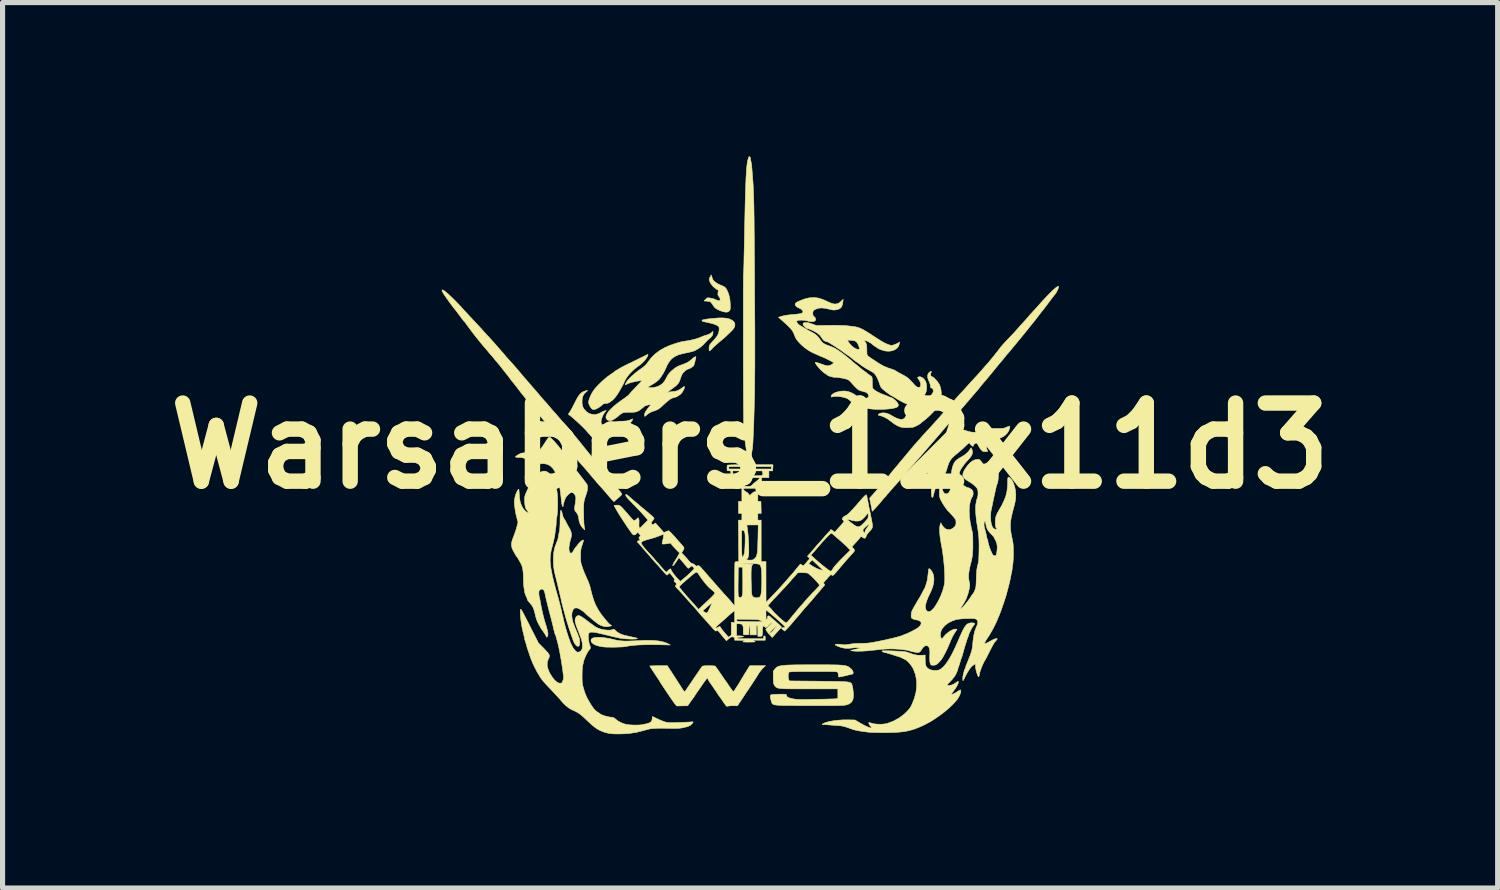
<source format=kicad_pcb>
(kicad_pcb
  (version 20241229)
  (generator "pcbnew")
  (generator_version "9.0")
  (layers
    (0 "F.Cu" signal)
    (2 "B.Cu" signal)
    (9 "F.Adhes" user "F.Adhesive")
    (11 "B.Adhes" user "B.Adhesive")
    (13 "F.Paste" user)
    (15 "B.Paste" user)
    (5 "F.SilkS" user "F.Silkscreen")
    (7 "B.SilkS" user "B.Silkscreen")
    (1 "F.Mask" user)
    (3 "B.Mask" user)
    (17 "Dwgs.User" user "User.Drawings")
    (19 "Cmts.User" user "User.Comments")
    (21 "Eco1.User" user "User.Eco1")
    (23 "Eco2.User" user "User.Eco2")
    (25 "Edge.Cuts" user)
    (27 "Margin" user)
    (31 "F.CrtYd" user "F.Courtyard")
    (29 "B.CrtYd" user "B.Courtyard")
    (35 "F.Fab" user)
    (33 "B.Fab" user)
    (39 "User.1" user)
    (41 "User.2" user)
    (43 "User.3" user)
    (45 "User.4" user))
  (footprint "Warsabers_12x11d3"
    (layer "F.Cu")
    (at 11.582 5.647)
    (property "Reference" "Warsabers_12x11d3" (at 0 0 0) (layer "F.SilkS") (effects (font (size 1.524 1.524) (thickness 0.3))))
    (attr through_hole)
    (fp_poly (pts (xy -2.917 3.736) (xy -2.872 3.739) (xy -2.835 3.744) (xy -2.831 3.744) (xy -2.795 3.751) (xy -2.76 3.757) (xy -2.747 3.759) (xy -2.721 3.764) (xy -2.685 3.773) (xy -2.646 3.782) (xy -2.643 3.783) (xy -2.599 3.793) (xy -2.554 3.8) (xy -2.505 3.805) (xy -2.45 3.808) (xy -2.385 3.808) (xy -2.308 3.806) (xy -2.216 3.802) (xy -2.191 3.801) (xy -2.063 3.795) (xy -1.952 3.795) (xy -1.856 3.799) (xy -1.774 3.808) (xy -1.702 3.823) (xy -1.641 3.842) (xy -1.59 3.866) (xy -1.557 3.885) (xy -1.816 3.879) (xy -1.92 3.878) (xy -2.021 3.879) (xy -2.117 3.882) (xy -2.206 3.886) (xy -2.285 3.893) (xy -2.351 3.901) (xy -2.402 3.91) (xy -2.419 3.914) (xy -2.442 3.918) (xy -2.48 3.922) (xy -2.529 3.924) (xy -2.586 3.926) (xy -2.646 3.928) (xy -2.707 3.928) (xy -2.764 3.927) (xy -2.814 3.926) (xy -2.853 3.923) (xy -2.855 3.923) (xy -2.933 3.911) (xy -2.998 3.893) (xy -3.049 3.87) (xy -3.084 3.842) (xy -3.102 3.811) (xy -3.104 3.794) (xy -3.096 3.769) (xy -3.07 3.75) (xy -3.027 3.739) (xy -2.968 3.735) (xy -2.962 3.735) (xy -2.917 3.736)) (stroke (width 0.01) (type solid)) (fill yes) (layer "F.SilkS"))
    (fp_poly (pts (xy -0.462 -2.489) (xy -0.407 -2.476) (xy -0.363 -2.457) (xy -0.323 -2.429) (xy -0.301 -2.399) (xy -0.295 -2.362) (xy -0.301 -2.33) (xy -0.309 -2.308) (xy -0.323 -2.285) (xy -0.345 -2.258) (xy -0.378 -2.225) (xy -0.394 -2.209) (xy -0.429 -2.176) (xy -0.461 -2.145) (xy -0.488 -2.121) (xy -0.503 -2.107) (xy -0.571 -2.05) (xy -0.626 -2.003) (xy -0.67 -1.965) (xy -0.704 -1.934) (xy -0.73 -1.908) (xy -0.745 -1.892) (xy -0.767 -1.869) (xy -0.785 -1.854) (xy -0.794 -1.85) (xy -0.794 -1.85) (xy -0.797 -1.863) (xy -0.799 -1.887) (xy -0.8 -1.904) (xy -0.799 -1.93) (xy -0.794 -1.951) (xy -0.785 -1.972) (xy -0.767 -1.996) (xy -0.741 -2.027) (xy -0.706 -2.065) (xy -0.663 -2.114) (xy -0.634 -2.156) (xy -0.616 -2.197) (xy -0.606 -2.24) (xy -0.604 -2.26) (xy -0.603 -2.291) (xy -0.605 -2.311) (xy -0.615 -2.326) (xy -0.625 -2.336) (xy -0.653 -2.354) (xy -0.697 -2.372) (xy -0.756 -2.39) (xy -0.828 -2.406) (xy -0.833 -2.407) (xy -0.874 -2.416) (xy -0.902 -2.422) (xy -0.918 -2.426) (xy -0.927 -2.43) (xy -0.933 -2.435) (xy -0.935 -2.436) (xy -0.94 -2.447) (xy -0.93 -2.455) (xy -0.902 -2.461) (xy -0.876 -2.466) (xy -0.857 -2.47) (xy -0.857 -2.47) (xy -0.843 -2.473) (xy -0.814 -2.476) (xy -0.774 -2.481) (xy -0.726 -2.486) (xy -0.703 -2.488) (xy -0.608 -2.495) (xy -0.529 -2.495) (xy -0.462 -2.489)) (stroke (width 0.01) (type solid)) (fill yes) (layer "F.SilkS"))
    (fp_poly (pts (xy -0.746 -3.297) (xy -0.735 -3.268) (xy -0.725 -3.242) (xy -0.723 -3.238) (xy -0.705 -3.216) (xy -0.675 -3.191) (xy -0.638 -3.166) (xy -0.598 -3.145) (xy -0.583 -3.139) (xy -0.539 -3.12) (xy -0.507 -3.104) (xy -0.486 -3.089) (xy -0.47 -3.071) (xy -0.455 -3.046) (xy -0.449 -3.034) (xy -0.419 -2.965) (xy -0.4 -2.893) (xy -0.389 -2.811) (xy -0.387 -2.756) (xy -0.386 -2.71) (xy -0.386 -2.68) (xy -0.389 -2.66) (xy -0.394 -2.646) (xy -0.403 -2.635) (xy -0.408 -2.63) (xy -0.433 -2.613) (xy -0.463 -2.607) (xy -0.504 -2.612) (xy -0.541 -2.622) (xy -0.59 -2.639) (xy -0.636 -2.661) (xy -0.672 -2.683) (xy -0.681 -2.69) (xy -0.696 -2.706) (xy -0.715 -2.731) (xy -0.73 -2.753) (xy -0.749 -2.78) (xy -0.765 -2.801) (xy -0.773 -2.809) (xy -0.788 -2.814) (xy -0.815 -2.818) (xy -0.841 -2.822) (xy -0.898 -2.827) (xy -0.868 -2.859) (xy -0.848 -2.877) (xy -0.831 -2.886) (xy -0.81 -2.887) (xy -0.788 -2.885) (xy -0.715 -2.87) (xy -0.653 -2.843) (xy -0.652 -2.843) (xy -0.626 -2.834) (xy -0.607 -2.832) (xy -0.59 -2.835) (xy -0.584 -2.848) (xy -0.583 -2.858) (xy -0.59 -2.885) (xy -0.607 -2.912) (xy -0.607 -2.912) (xy -0.622 -2.932) (xy -0.628 -2.951) (xy -0.627 -2.978) (xy -0.626 -2.987) (xy -0.62 -3.034) (xy -0.662 -3.06) (xy -0.722 -3.108) (xy -0.767 -3.167) (xy -0.781 -3.193) (xy -0.793 -3.223) (xy -0.798 -3.244) (xy -0.795 -3.263) (xy -0.783 -3.289) (xy -0.779 -3.295) (xy -0.759 -3.335) (xy -0.746 -3.297)) (stroke (width 0.01) (type solid)) (fill yes) (layer "F.SilkS"))
    (fp_poly (pts (xy -1.991 -1.78) (xy -1.995 -1.762) (xy -1.996 -1.758) (xy -2.017 -1.717) (xy -2.05 -1.672) (xy -2.093 -1.626) (xy -2.141 -1.584) (xy -2.178 -1.557) (xy -2.239 -1.511) (xy -2.3 -1.457) (xy -2.355 -1.399) (xy -2.401 -1.341) (xy -2.421 -1.309) (xy -2.438 -1.28) (xy -2.45 -1.256) (xy -2.455 -1.243) (xy -2.455 -1.243) (xy -2.46 -1.232) (xy -2.471 -1.209) (xy -2.488 -1.176) (xy -2.504 -1.147) (xy -2.545 -1.075) (xy -2.58 -1.017) (xy -2.612 -0.97) (xy -2.643 -0.932) (xy -2.675 -0.899) (xy -2.711 -0.87) (xy -2.722 -0.862) (xy -2.753 -0.841) (xy -2.78 -0.831) (xy -2.81 -0.828) (xy -2.81 -0.828) (xy -2.838 -0.826) (xy -2.86 -0.818) (xy -2.883 -0.8) (xy -2.893 -0.791) (xy -2.928 -0.763) (xy -2.967 -0.738) (xy -3.006 -0.718) (xy -3.039 -0.707) (xy -3.051 -0.706) (xy -3.073 -0.712) (xy -3.092 -0.727) (xy -3.116 -0.758) (xy -3.135 -0.794) (xy -3.148 -0.829) (xy -3.151 -0.849) (xy -3.146 -0.883) (xy -3.132 -0.928) (xy -3.11 -0.98) (xy -3.082 -1.034) (xy -3.059 -1.072) (xy -3.032 -1.109) (xy -2.993 -1.153) (xy -2.946 -1.202) (xy -2.893 -1.253) (xy -2.84 -1.301) (xy -2.788 -1.344) (xy -2.742 -1.378) (xy -2.742 -1.378) (xy -2.705 -1.403) (xy -2.673 -1.425) (xy -2.65 -1.442) (xy -2.641 -1.45) (xy -2.62 -1.465) (xy -2.599 -1.478) (xy -2.579 -1.489) (xy -2.568 -1.496) (xy -2.554 -1.505) (xy -2.527 -1.521) (xy -2.488 -1.542) (xy -2.443 -1.565) (xy -2.393 -1.59) (xy -2.371 -1.601) (xy -2.325 -1.622) (xy -2.269 -1.65) (xy -2.209 -1.679) (xy -2.151 -1.708) (xy -2.136 -1.715) (xy -2.089 -1.738) (xy -2.049 -1.758) (xy -2.017 -1.774) (xy -1.997 -1.783) (xy -1.993 -1.786) (xy -1.991 -1.78)) (stroke (width 0.01) (type solid)) (fill yes) (layer "F.SilkS"))
    (fp_poly (pts (xy -3.171 -1.076) (xy -3.185 -1.063) (xy -3.196 -1.054) (xy -3.236 -1.016) (xy -3.262 -0.968) (xy -3.276 -0.908) (xy -3.278 -0.861) (xy -3.274 -0.802) (xy -3.261 -0.755) (xy -3.236 -0.714) (xy -3.202 -0.676) (xy -3.15 -0.637) (xy -3.093 -0.616) (xy -3.037 -0.611) (xy -3.004 -0.613) (xy -2.974 -0.621) (xy -2.939 -0.635) (xy -2.913 -0.649) (xy -2.878 -0.667) (xy -2.847 -0.68) (xy -2.825 -0.686) (xy -2.821 -0.687) (xy -2.807 -0.685) (xy -2.809 -0.68) (xy -2.815 -0.675) (xy -2.838 -0.65) (xy -2.861 -0.613) (xy -2.882 -0.568) (xy -2.898 -0.523) (xy -2.906 -0.483) (xy -2.907 -0.471) (xy -2.902 -0.433) (xy -2.885 -0.408) (xy -2.858 -0.395) (xy -2.817 -0.395) (xy -2.764 -0.408) (xy -2.698 -0.433) (xy -2.686 -0.438) (xy -2.614 -0.463) (xy -2.543 -0.476) (xy -2.498 -0.479) (xy -2.432 -0.483) (xy -2.376 -0.493) (xy -2.335 -0.506) (xy -2.319 -0.514) (xy -2.299 -0.525) (xy -2.29 -0.523) (xy -2.292 -0.51) (xy -2.312 -0.477) (xy -2.347 -0.443) (xy -2.393 -0.412) (xy -2.446 -0.386) (xy -2.488 -0.372) (xy -2.554 -0.35) (xy -2.62 -0.32) (xy -2.684 -0.284) (xy -2.739 -0.246) (xy -2.782 -0.207) (xy -2.789 -0.199) (xy -2.817 -0.159) (xy -2.845 -0.107) (xy -2.871 -0.049) (xy -2.887 -0.002) (xy -2.898 0.03) (xy -2.906 0.054) (xy -2.91 0.065) (xy -2.91 0.066) (xy -2.916 0.059) (xy -2.927 0.042) (xy -2.928 0.04) (xy -2.957 -0.005) (xy -2.981 -0.04) (xy -2.998 -0.064) (xy -3.007 -0.074) (xy -3.017 -0.084) (xy -3.034 -0.105) (xy -3.056 -0.132) (xy -3.059 -0.136) (xy -3.083 -0.167) (xy -3.104 -0.194) (xy -3.119 -0.211) (xy -3.12 -0.212) (xy -3.133 -0.226) (xy -3.156 -0.251) (xy -3.184 -0.283) (xy -3.208 -0.31) (xy -3.24 -0.344) (xy -3.283 -0.386) (xy -3.331 -0.432) (xy -3.382 -0.479) (xy -3.432 -0.524) (xy -3.477 -0.563) (xy -3.514 -0.592) (xy -3.52 -0.597) (xy -3.546 -0.616) (xy -3.518 -0.659) (xy -3.503 -0.682) (xy -3.483 -0.718) (xy -3.459 -0.763) (xy -3.434 -0.812) (xy -3.421 -0.837) (xy -3.385 -0.907) (xy -3.354 -0.961) (xy -3.324 -1.002) (xy -3.295 -1.031) (xy -3.264 -1.052) (xy -3.231 -1.066) (xy -3.195 -1.078) (xy -3.175 -1.081) (xy -3.171 -1.076)) (stroke (width 0.01) (type solid)) (fill yes) (layer "F.SilkS"))
    (fp_poly (pts (xy 3.536 -1.453) (xy 3.534 -1.442) (xy 3.524 -1.407) (xy 3.522 -1.384) (xy 3.526 -1.369) (xy 3.532 -1.361) (xy 3.549 -1.348) (xy 3.559 -1.345) (xy 3.571 -1.339) (xy 3.591 -1.322) (xy 3.616 -1.297) (xy 3.628 -1.285) (xy 3.665 -1.24) (xy 3.693 -1.195) (xy 3.712 -1.145) (xy 3.725 -1.086) (xy 3.731 -1.014) (xy 3.733 -0.986) (xy 3.737 -0.876) (xy 3.704 -0.816) (xy 3.681 -0.783) (xy 3.648 -0.741) (xy 3.606 -0.694) (xy 3.559 -0.644) (xy 3.509 -0.594) (xy 3.46 -0.549) (xy 3.416 -0.511) (xy 3.405 -0.503) (xy 3.376 -0.48) (xy 3.351 -0.461) (xy 3.337 -0.448) (xy 3.335 -0.446) (xy 3.314 -0.43) (xy 3.282 -0.41) (xy 3.246 -0.39) (xy 3.21 -0.374) (xy 3.181 -0.363) (xy 3.172 -0.362) (xy 3.102 -0.356) (xy 3.046 -0.354) (xy 3 -0.356) (xy 2.983 -0.358) (xy 2.949 -0.364) (xy 2.919 -0.372) (xy 2.908 -0.377) (xy 2.857 -0.402) (xy 2.817 -0.425) (xy 2.782 -0.45) (xy 2.756 -0.471) (xy 2.696 -0.516) (xy 2.632 -0.554) (xy 2.57 -0.58) (xy 2.559 -0.583) (xy 2.531 -0.591) (xy 2.509 -0.597) (xy 2.504 -0.598) (xy 2.497 -0.605) (xy 2.505 -0.616) (xy 2.525 -0.628) (xy 2.553 -0.638) (xy 2.559 -0.64) (xy 2.605 -0.644) (xy 2.658 -0.637) (xy 2.709 -0.619) (xy 2.723 -0.611) (xy 2.747 -0.598) (xy 2.779 -0.58) (xy 2.806 -0.565) (xy 2.843 -0.546) (xy 2.883 -0.53) (xy 2.908 -0.522) (xy 2.953 -0.515) (xy 2.988 -0.522) (xy 3.017 -0.544) (xy 3.04 -0.583) (xy 3.052 -0.613) (xy 3.069 -0.65) (xy 3.089 -0.673) (xy 3.118 -0.688) (xy 3.16 -0.696) (xy 3.196 -0.702) (xy 3.225 -0.708) (xy 3.251 -0.718) (xy 3.276 -0.733) (xy 3.304 -0.755) (xy 3.338 -0.785) (xy 3.379 -0.826) (xy 3.407 -0.854) (xy 3.461 -0.91) (xy 3.504 -0.955) (xy 3.535 -0.991) (xy 3.556 -1.02) (xy 3.569 -1.043) (xy 3.574 -1.063) (xy 3.575 -1.071) (xy 3.569 -1.101) (xy 3.555 -1.122) (xy 3.537 -1.129) (xy 3.524 -1.133) (xy 3.519 -1.147) (xy 3.518 -1.163) (xy 3.514 -1.195) (xy 3.504 -1.228) (xy 3.503 -1.231) (xy 3.489 -1.262) (xy 3.476 -1.293) (xy 3.475 -1.295) (xy 3.463 -1.34) (xy 3.465 -1.383) (xy 3.481 -1.419) (xy 3.51 -1.444) (xy 3.512 -1.445) (xy 3.53 -1.454) (xy 3.536 -1.453)) (stroke (width 0.01) (type solid)) (fill yes) (layer "F.SilkS"))
    (fp_poly (pts (xy 5.066 -0.381) (xy 5.068 -0.369) (xy 5.065 -0.35) (xy 5.048 -0.298) (xy 5.016 -0.247) (xy 4.974 -0.205) (xy 4.974 -0.204) (xy 4.939 -0.181) (xy 4.895 -0.158) (xy 4.849 -0.139) (xy 4.806 -0.127) (xy 4.775 -0.122) (xy 4.734 -0.116) (xy 4.69 -0.099) (xy 4.652 -0.075) (xy 4.639 -0.063) (xy 4.62 -0.029) (xy 4.611 0.012) (xy 4.615 0.054) (xy 4.623 0.076) (xy 4.632 0.097) (xy 4.636 0.108) (xy 4.636 0.109) (xy 4.625 0.111) (xy 4.604 0.113) (xy 4.579 0.114) (xy 4.561 0.114) (xy 4.536 0.104) (xy 4.508 0.078) (xy 4.479 0.04) (xy 4.459 0.005) (xy 4.441 -0.027) (xy 4.429 -0.045) (xy 4.418 -0.052) (xy 4.406 -0.052) (xy 4.403 -0.052) (xy 4.378 -0.039) (xy 4.36 -0.018) (xy 4.356 -0.002) (xy 4.352 0.009) (xy 4.351 0.009) (xy 4.335 0.003) (xy 4.314 -0.013) (xy 4.295 -0.032) (xy 4.287 -0.044) (xy 4.281 -0.053) (xy 4.275 -0.057) (xy 4.265 -0.053) (xy 4.25 -0.041) (xy 4.226 -0.018) (xy 4.2 0.007) (xy 4.16 0.045) (xy 4.112 0.088) (xy 4.063 0.13) (xy 4.036 0.152) (xy 3.98 0.199) (xy 3.938 0.24) (xy 3.906 0.281) (xy 3.882 0.325) (xy 3.862 0.377) (xy 3.849 0.42) (xy 3.83 0.48) (xy 3.808 0.535) (xy 3.785 0.581) (xy 3.762 0.615) (xy 3.748 0.629) (xy 3.704 0.664) (xy 3.673 0.696) (xy 3.65 0.73) (xy 3.633 0.771) (xy 3.621 0.807) (xy 3.61 0.844) (xy 3.6 0.879) (xy 3.593 0.9) (xy 3.585 0.928) (xy 3.579 0.95) (xy 3.571 0.986) (xy 3.561 1.004) (xy 3.551 1.005) (xy 3.543 0.992) (xy 3.541 0.977) (xy 3.539 0.947) (xy 3.537 0.908) (xy 3.537 0.875) (xy 3.534 0.777) (xy 3.522 0.692) (xy 3.502 0.615) (xy 3.47 0.542) (xy 3.426 0.468) (xy 3.404 0.435) (xy 3.39 0.417) (xy 3.38 0.401) (xy 3.374 0.386) (xy 3.374 0.371) (xy 3.38 0.354) (xy 3.394 0.333) (xy 3.416 0.307) (xy 3.447 0.273) (xy 3.489 0.231) (xy 3.543 0.178) (xy 3.586 0.135) (xy 3.643 0.079) (xy 3.7 0.023) (xy 3.754 -0.03) (xy 3.803 -0.077) (xy 3.844 -0.117) (xy 3.875 -0.147) (xy 3.884 -0.156) (xy 3.921 -0.192) (xy 3.958 -0.231) (xy 3.989 -0.266) (xy 4.004 -0.285) (xy 4.027 -0.311) (xy 4.047 -0.33) (xy 4.061 -0.339) (xy 4.061 -0.339) (xy 4.076 -0.336) (xy 4.104 -0.328) (xy 4.143 -0.317) (xy 4.188 -0.304) (xy 4.198 -0.3) (xy 4.249 -0.284) (xy 4.287 -0.274) (xy 4.318 -0.268) (xy 4.346 -0.265) (xy 4.378 -0.264) (xy 4.411 -0.265) (xy 4.456 -0.268) (xy 4.489 -0.272) (xy 4.517 -0.28) (xy 4.548 -0.293) (xy 4.572 -0.305) (xy 4.643 -0.34) (xy 4.794 -0.339) (xy 4.851 -0.339) (xy 4.893 -0.339) (xy 4.925 -0.341) (xy 4.948 -0.344) (xy 4.968 -0.35) (xy 4.988 -0.358) (xy 4.999 -0.362) (xy 5.034 -0.377) (xy 5.055 -0.384) (xy 5.066 -0.381)) (stroke (width 0.01) (type solid)) (fill yes) (layer "F.SilkS"))
    (fp_poly (pts (xy -0.003 -5.634) (xy 0 -5.63) (xy 0.007 -5.619) (xy 0.007 -5.616) (xy 0.006 -5.608) (xy 0.009 -5.586) (xy 0.015 -5.558) (xy 0.023 -5.519) (xy 0.03 -5.479) (xy 0.032 -5.457) (xy 0.034 -5.432) (xy 0.037 -5.392) (xy 0.041 -5.344) (xy 0.045 -5.292) (xy 0.046 -5.282) (xy 0.05 -5.228) (xy 0.054 -5.175) (xy 0.058 -5.122) (xy 0.061 -5.068) (xy 0.064 -5.012) (xy 0.066 -4.953) (xy 0.069 -4.889) (xy 0.071 -4.819) (xy 0.073 -4.742) (xy 0.075 -4.657) (xy 0.076 -4.562) (xy 0.078 -4.457) (xy 0.079 -4.34) (xy 0.08 -4.21) (xy 0.082 -4.065) (xy 0.083 -3.905) (xy 0.084 -3.728) (xy 0.085 -3.598) (xy 0.087 -3.36) (xy 0.088 -3.139) (xy 0.089 -2.935) (xy 0.09 -2.746) (xy 0.091 -2.572) (xy 0.092 -2.411) (xy 0.093 -2.262) (xy 0.093 -2.124) (xy 0.093 -1.997) (xy 0.093 -1.878) (xy 0.093 -1.767) (xy 0.093 -1.663) (xy 0.093 -1.564) (xy 0.092 -1.47) (xy 0.091 -1.379) (xy 0.09 -1.291) (xy 0.089 -1.203) (xy 0.088 -1.116) (xy 0.087 -1.028) (xy 0.085 -0.937) (xy 0.085 -0.936) (xy 0.083 -0.83) (xy 0.08 -0.722) (xy 0.077 -0.614) (xy 0.074 -0.509) (xy 0.071 -0.407) (xy 0.067 -0.311) (xy 0.063 -0.222) (xy 0.059 -0.142) (xy 0.056 -0.073) (xy 0.052 -0.016) (xy 0.049 0.028) (xy 0.046 0.055) (xy 0.043 0.064) (xy 0.041 0.076) (xy 0.037 0.101) (xy 0.034 0.135) (xy 0.033 0.136) (xy 0.025 0.206) (xy 0.015 0.258) (xy 0.002 0.292) (xy -0.012 0.308) (xy -0.016 0.309) (xy -0.027 0.308) (xy -0.035 0.298) (xy -0.041 0.276) (xy -0.045 0.257) (xy -0.055 0.2) (xy -0.066 0.129) (xy -0.078 0.049) (xy -0.09 -0.036) (xy -0.102 -0.12) (xy -0.112 -0.199) (xy -0.12 -0.269) (xy -0.122 -0.292) (xy -0.123 -0.31) (xy -0.124 -0.345) (xy -0.125 -0.397) (xy -0.126 -0.463) (xy -0.126 -0.542) (xy -0.127 -0.634) (xy -0.128 -0.737) (xy -0.129 -0.849) (xy -0.129 -0.97) (xy -0.13 -1.099) (xy -0.13 -1.233) (xy -0.131 -1.373) (xy -0.131 -1.516) (xy -0.132 -1.662) (xy -0.132 -1.81) (xy -0.132 -1.957) (xy -0.132 -2.103) (xy -0.132 -2.247) (xy -0.132 -2.388) (xy -0.132 -2.523) (xy -0.132 -2.653) (xy -0.132 -2.776) (xy -0.132 -2.89) (xy -0.132 -2.995) (xy -0.131 -3.088) (xy -0.131 -3.17) (xy -0.13 -3.239) (xy -0.13 -3.293) (xy -0.129 -3.332) (xy -0.128 -3.353) (xy -0.128 -3.358) (xy -0.127 -3.368) (xy -0.125 -3.396) (xy -0.124 -3.438) (xy -0.122 -3.495) (xy -0.12 -3.564) (xy -0.119 -3.642) (xy -0.117 -3.73) (xy -0.115 -3.824) (xy -0.113 -3.891) (xy -0.109 -4.094) (xy -0.106 -4.28) (xy -0.102 -4.449) (xy -0.099 -4.602) (xy -0.096 -4.739) (xy -0.092 -4.863) (xy -0.089 -4.973) (xy -0.086 -5.071) (xy -0.082 -5.157) (xy -0.079 -5.234) (xy -0.075 -5.3) (xy -0.072 -5.358) (xy -0.068 -5.409) (xy -0.063 -5.452) (xy -0.059 -5.49) (xy -0.054 -5.523) (xy -0.049 -5.552) (xy -0.043 -5.578) (xy -0.041 -5.586) (xy -0.031 -5.62) (xy -0.023 -5.639) (xy -0.014 -5.642) (xy -0.003 -5.634)) (stroke (width 0.01) (type solid)) (fill yes) (layer "F.SilkS"))
    (fp_poly (pts (xy -3.905 -0.165) (xy -3.887 -0.154) (xy -3.862 -0.13) (xy -3.853 -0.121) (xy -3.807 -0.072) (xy -3.771 -0.031) (xy -3.741 0.004) (xy -3.713 0.039) (xy -3.692 0.066) (xy -3.67 0.095) (xy -3.652 0.118) (xy -3.642 0.131) (xy -3.64 0.132) (xy -3.632 0.142) (xy -3.617 0.162) (xy -3.605 0.179) (xy -3.583 0.21) (xy -3.557 0.247) (xy -3.528 0.287) (xy -3.501 0.325) (xy -3.477 0.358) (xy -3.458 0.384) (xy -3.447 0.398) (xy -3.446 0.4) (xy -3.436 0.412) (xy -3.42 0.435) (xy -3.406 0.456) (xy -3.388 0.482) (xy -3.374 0.501) (xy -3.368 0.508) (xy -3.36 0.517) (xy -3.343 0.538) (xy -3.323 0.564) (xy -3.323 0.564) (xy -3.299 0.596) (xy -3.269 0.636) (xy -3.238 0.676) (xy -3.227 0.69) (xy -3.201 0.724) (xy -3.184 0.749) (xy -3.175 0.769) (xy -3.171 0.788) (xy -3.17 0.813) (xy -3.17 0.819) (xy -3.177 0.879) (xy -3.195 0.941) (xy -3.212 0.989) (xy -3.225 1.029) (xy -3.234 1.064) (xy -3.241 1.098) (xy -3.245 1.136) (xy -3.247 1.179) (xy -3.248 1.233) (xy -3.247 1.301) (xy -3.247 1.328) (xy -3.245 1.419) (xy -3.242 1.493) (xy -3.238 1.548) (xy -3.233 1.584) (xy -3.232 1.589) (xy -3.226 1.615) (xy -3.224 1.633) (xy -3.226 1.637) (xy -3.235 1.631) (xy -3.253 1.614) (xy -3.27 1.597) (xy -3.301 1.555) (xy -3.324 1.505) (xy -3.338 1.454) (xy -3.34 1.431) (xy -3.348 1.377) (xy -3.371 1.324) (xy -3.392 1.296) (xy -3.408 1.277) (xy -3.418 1.259) (xy -3.423 1.238) (xy -3.423 1.21) (xy -3.418 1.171) (xy -3.41 1.118) (xy -3.409 1.112) (xy -3.402 1.066) (xy -3.399 1.033) (xy -3.4 1.008) (xy -3.405 0.985) (xy -3.405 0.984) (xy -3.423 0.945) (xy -3.447 0.92) (xy -3.476 0.91) (xy -3.488 0.91) (xy -3.511 0.921) (xy -3.539 0.943) (xy -3.568 0.972) (xy -3.591 1.002) (xy -3.602 1.021) (xy -3.615 1.054) (xy -3.628 1.091) (xy -3.638 1.126) (xy -3.645 1.155) (xy -3.646 1.172) (xy -3.646 1.173) (xy -3.647 1.184) (xy -3.65 1.185) (xy -3.659 1.177) (xy -3.667 1.153) (xy -3.675 1.118) (xy -3.681 1.075) (xy -3.682 1.061) (xy -3.694 0.943) (xy -3.71 0.832) (xy -3.729 0.73) (xy -3.752 0.64) (xy -3.778 0.563) (xy -3.803 0.508) (xy -3.845 0.442) (xy -3.893 0.394) (xy -3.946 0.364) (xy -4.007 0.349) (xy -4.031 0.348) (xy -4.087 0.348) (xy -4.14 0.403) (xy -4.169 0.435) (xy -4.195 0.467) (xy -4.212 0.494) (xy -4.214 0.497) (xy -4.227 0.521) (xy -4.238 0.537) (xy -4.241 0.54) (xy -4.246 0.534) (xy -4.251 0.513) (xy -4.255 0.481) (xy -4.256 0.469) (xy -4.264 0.408) (xy -4.28 0.361) (xy -4.305 0.321) (xy -4.339 0.287) (xy -4.382 0.255) (xy -4.425 0.235) (xy -4.474 0.227) (xy -4.507 0.226) (xy -4.54 0.225) (xy -4.565 0.222) (xy -4.576 0.218) (xy -4.576 0.218) (xy -4.572 0.208) (xy -4.555 0.193) (xy -4.528 0.176) (xy -4.497 0.159) (xy -4.473 0.148) (xy -4.441 0.14) (xy -4.392 0.134) (xy -4.324 0.128) (xy -4.292 0.126) (xy -4.237 0.124) (xy -4.198 0.121) (xy -4.171 0.118) (xy -4.151 0.114) (xy -4.137 0.107) (xy -4.124 0.099) (xy -4.116 0.092) (xy -4.096 0.072) (xy -4.071 0.041) (xy -4.044 0.004) (xy -4.03 -0.017) (xy -3.997 -0.068) (xy -3.973 -0.105) (xy -3.955 -0.131) (xy -3.943 -0.147) (xy -3.934 -0.157) (xy -3.927 -0.163) (xy -3.92 -0.166) (xy -3.919 -0.166) (xy -3.905 -0.165)) (stroke (width 0.01) (type solid)) (fill yes) (layer "F.SilkS"))
    (fp_poly (pts (xy 1.376 4.271) (xy 1.481 4.271) (xy 1.571 4.272) (xy 1.646 4.273) (xy 1.708 4.274) (xy 1.759 4.277) (xy 1.801 4.28) (xy 1.835 4.284) (xy 1.862 4.289) (xy 1.884 4.295) (xy 1.903 4.302) (xy 1.92 4.311) (xy 1.936 4.322) (xy 1.942 4.326) (xy 1.973 4.352) (xy 1.996 4.38) (xy 2.009 4.408) (xy 2.012 4.432) (xy 2.003 4.449) (xy 1.992 4.454) (xy 1.974 4.458) (xy 1.943 4.465) (xy 1.903 4.474) (xy 1.872 4.482) (xy 1.816 4.495) (xy 1.776 4.503) (xy 1.749 4.508) (xy 1.733 4.509) (xy 1.725 4.505) (xy 1.722 4.496) (xy 1.721 4.483) (xy 1.722 4.476) (xy 1.719 4.447) (xy 1.713 4.424) (xy 1.712 4.421) (xy 1.709 4.417) (xy 1.704 4.413) (xy 1.696 4.41) (xy 1.683 4.408) (xy 1.664 4.406) (xy 1.636 4.405) (xy 1.599 4.404) (xy 1.55 4.403) (xy 1.488 4.403) (xy 1.412 4.403) (xy 1.32 4.403) (xy 1.237 4.403) (xy 1.131 4.403) (xy 1.041 4.403) (xy 0.968 4.403) (xy 0.908 4.404) (xy 0.861 4.405) (xy 0.825 4.406) (xy 0.799 4.408) (xy 0.78 4.41) (xy 0.768 4.412) (xy 0.761 4.415) (xy 0.758 4.417) (xy 0.749 4.437) (xy 0.744 4.468) (xy 0.744 4.504) (xy 0.748 4.538) (xy 0.755 4.563) (xy 0.767 4.586) (xy 1.327 4.591) (xy 1.449 4.593) (xy 1.554 4.594) (xy 1.643 4.595) (xy 1.718 4.596) (xy 1.779 4.598) (xy 1.829 4.6) (xy 1.869 4.603) (xy 1.9 4.606) (xy 1.924 4.61) (xy 1.942 4.615) (xy 1.956 4.62) (xy 1.967 4.626) (xy 1.976 4.634) (xy 1.976 4.634) (xy 1.985 4.651) (xy 1.994 4.682) (xy 2.003 4.723) (xy 2.009 4.771) (xy 2.014 4.82) (xy 2.016 4.867) (xy 2.016 4.874) (xy 2.01 4.935) (xy 1.991 4.982) (xy 1.958 5.018) (xy 1.91 5.044) (xy 1.88 5.053) (xy 1.866 5.056) (xy 1.849 5.059) (xy 1.829 5.061) (xy 1.802 5.063) (xy 1.769 5.065) (xy 1.728 5.066) (xy 1.676 5.067) (xy 1.613 5.068) (xy 1.536 5.068) (xy 1.446 5.068) (xy 1.339 5.068) (xy 1.223 5.068) (xy 1.116 5.068) (xy 1.014 5.068) (xy 0.917 5.067) (xy 0.827 5.066) (xy 0.747 5.065) (xy 0.678 5.065) (xy 0.622 5.064) (xy 0.581 5.062) (xy 0.557 5.061) (xy 0.555 5.061) (xy 0.505 5.056) (xy 0.47 5.05) (xy 0.447 5.041) (xy 0.433 5.03) (xy 0.425 5.016) (xy 0.41 4.97) (xy 0.399 4.924) (xy 0.395 4.887) (xy 0.395 4.886) (xy 0.396 4.869) (xy 0.403 4.86) (xy 0.419 4.854) (xy 0.445 4.851) (xy 0.475 4.848) (xy 0.517 4.846) (xy 0.566 4.845) (xy 0.604 4.845) (xy 0.65 4.845) (xy 0.681 4.846) (xy 0.7 4.848) (xy 0.708 4.852) (xy 0.709 4.858) (xy 0.709 4.861) (xy 0.712 4.883) (xy 0.734 4.903) (xy 0.774 4.92) (xy 0.832 4.934) (xy 0.833 4.934) (xy 0.856 4.938) (xy 0.88 4.942) (xy 0.907 4.944) (xy 0.939 4.946) (xy 0.977 4.947) (xy 1.025 4.948) (xy 1.085 4.947) (xy 1.158 4.947) (xy 1.247 4.945) (xy 1.279 4.945) (xy 1.362 4.943) (xy 1.439 4.942) (xy 1.51 4.94) (xy 1.571 4.938) (xy 1.62 4.937) (xy 1.656 4.935) (xy 1.676 4.933) (xy 1.677 4.933) (xy 1.712 4.927) (xy 1.712 4.741) (xy 1.155 4.741) (xy 1.032 4.741) (xy 0.927 4.741) (xy 0.838 4.741) (xy 0.763 4.74) (xy 0.701 4.739) (xy 0.651 4.737) (xy 0.611 4.734) (xy 0.58 4.731) (xy 0.556 4.728) (xy 0.537 4.723) (xy 0.523 4.717) (xy 0.512 4.711) (xy 0.503 4.703) (xy 0.501 4.701) (xy 0.481 4.68) (xy 0.467 4.657) (xy 0.458 4.628) (xy 0.454 4.589) (xy 0.452 4.537) (xy 0.452 4.512) (xy 0.452 4.398) (xy 0.483 4.356) (xy 0.496 4.34) (xy 0.51 4.326) (xy 0.526 4.314) (xy 0.547 4.304) (xy 0.573 4.296) (xy 0.605 4.289) (xy 0.646 4.284) (xy 0.696 4.279) (xy 0.757 4.276) (xy 0.83 4.274) (xy 0.916 4.272) (xy 1.018 4.272) (xy 1.136 4.271) (xy 1.254 4.271) (xy 1.376 4.271)) (stroke (width 0.01) (type solid)) (fill yes) (layer "F.SilkS"))
    (fp_poly (pts (xy 0.267 4.32) (xy 0.248 4.339) (xy 0.224 4.366) (xy 0.201 4.394) (xy 0.18 4.422) (xy 0.165 4.443) (xy 0.16 4.455) (xy 0.155 4.463) (xy 0.141 4.485) (xy 0.121 4.517) (xy 0.096 4.556) (xy 0.067 4.6) (xy 0.037 4.645) (xy 0.008 4.69) (xy -0.019 4.73) (xy -0.042 4.765) (xy -0.059 4.79) (xy -0.069 4.802) (xy -0.069 4.802) (xy -0.077 4.814) (xy -0.092 4.838) (xy -0.112 4.868) (xy -0.118 4.878) (xy -0.138 4.909) (xy -0.155 4.935) (xy -0.165 4.951) (xy -0.167 4.953) (xy -0.175 4.965) (xy -0.191 4.988) (xy -0.211 5.017) (xy -0.247 5.071) (xy -0.328 5.07) (xy -0.369 5.07) (xy -0.404 5.073) (xy -0.429 5.077) (xy -0.434 5.078) (xy -0.444 5.081) (xy -0.453 5.081) (xy -0.464 5.073) (xy -0.478 5.058) (xy -0.497 5.031) (xy -0.524 4.992) (xy -0.533 4.98) (xy -0.56 4.94) (xy -0.585 4.905) (xy -0.604 4.878) (xy -0.615 4.863) (xy -0.617 4.861) (xy -0.627 4.846) (xy -0.642 4.823) (xy -0.649 4.812) (xy -0.664 4.789) (xy -0.674 4.773) (xy -0.677 4.77) (xy -0.684 4.76) (xy -0.699 4.739) (xy -0.719 4.709) (xy -0.729 4.694) (xy -0.751 4.662) (xy -0.768 4.637) (xy -0.78 4.622) (xy -0.782 4.619) (xy -0.79 4.609) (xy -0.802 4.587) (xy -0.812 4.57) (xy -0.836 4.525) (xy -0.857 4.555) (xy -0.872 4.576) (xy -0.883 4.589) (xy -0.884 4.591) (xy -0.891 4.6) (xy -0.906 4.622) (xy -0.927 4.652) (xy -0.946 4.679) (xy -0.973 4.72) (xy -1.002 4.761) (xy -1.026 4.796) (xy -1.037 4.811) (xy -1.058 4.842) (xy -1.077 4.871) (xy -1.087 4.887) (xy -1.1 4.908) (xy -1.109 4.92) (xy -1.11 4.92) (xy -1.117 4.929) (xy -1.133 4.951) (xy -1.154 4.98) (xy -1.166 4.998) (xy -1.217 5.071) (xy -1.314 5.072) (xy -1.356 5.073) (xy -1.393 5.074) (xy -1.419 5.074) (xy -1.427 5.075) (xy -1.438 5.068) (xy -1.456 5.047) (xy -1.484 5.011) (xy -1.52 4.959) (xy -1.566 4.893) (xy -1.592 4.854) (xy -1.631 4.796) (xy -1.666 4.743) (xy -1.697 4.697) (xy -1.722 4.659) (xy -1.739 4.633) (xy -1.747 4.62) (xy -1.747 4.619) (xy -1.755 4.606) (xy -1.77 4.581) (xy -1.791 4.548) (xy -1.807 4.525) (xy -1.854 4.454) (xy -1.891 4.398) (xy -1.919 4.355) (xy -1.939 4.324) (xy -1.951 4.305) (xy -1.956 4.295) (xy -1.957 4.294) (xy -1.948 4.293) (xy -1.923 4.292) (xy -1.885 4.291) (xy -1.838 4.29) (xy -1.785 4.29) (xy -1.613 4.29) (xy -1.566 4.363) (xy -1.539 4.403) (xy -1.512 4.445) (xy -1.489 4.48) (xy -1.485 4.487) (xy -1.459 4.527) (xy -1.43 4.573) (xy -1.399 4.621) (xy -1.368 4.668) (xy -1.341 4.711) (xy -1.319 4.745) (xy -1.305 4.767) (xy -1.304 4.767) (xy -1.287 4.789) (xy -1.273 4.793) (xy -1.26 4.781) (xy -1.257 4.775) (xy -1.246 4.758) (xy -1.229 4.732) (xy -1.208 4.702) (xy -1.207 4.7) (xy -1.189 4.674) (xy -1.163 4.636) (xy -1.132 4.59) (xy -1.097 4.538) (xy -1.061 4.485) (xy -1.059 4.483) (xy -1.025 4.433) (xy -0.995 4.388) (xy -0.969 4.351) (xy -0.95 4.323) (xy -0.939 4.308) (xy -0.938 4.306) (xy -0.93 4.299) (xy -0.917 4.295) (xy -0.896 4.292) (xy -0.864 4.29) (xy -0.818 4.29) (xy -0.801 4.29) (xy -0.755 4.29) (xy -0.717 4.292) (xy -0.69 4.294) (xy -0.678 4.297) (xy -0.677 4.297) (xy -0.672 4.309) (xy -0.661 4.323) (xy -0.65 4.337) (xy -0.631 4.364) (xy -0.606 4.399) (xy -0.578 4.441) (xy -0.565 4.459) (xy -0.537 4.5) (xy -0.513 4.536) (xy -0.494 4.563) (xy -0.483 4.579) (xy -0.481 4.581) (xy -0.474 4.591) (xy -0.458 4.612) (xy -0.437 4.644) (xy -0.411 4.682) (xy -0.405 4.692) (xy -0.378 4.73) (xy -0.355 4.762) (xy -0.337 4.785) (xy -0.326 4.795) (xy -0.325 4.795) (xy -0.318 4.786) (xy -0.302 4.766) (xy -0.282 4.736) (xy -0.26 4.702) (xy -0.237 4.667) (xy -0.216 4.634) (xy -0.2 4.607) (xy -0.191 4.591) (xy -0.182 4.575) (xy -0.167 4.551) (xy -0.16 4.539) (xy -0.144 4.514) (xy -0.131 4.493) (xy -0.128 4.487) (xy -0.12 4.472) (xy -0.105 4.447) (xy -0.094 4.431) (xy -0.073 4.398) (xy -0.05 4.359) (xy -0.037 4.339) (xy -0.008 4.29) (xy 0.302 4.29) (xy 0.267 4.32)) (stroke (width 0.01) (type solid)) (fill yes) (layer "F.SilkS"))
    (fp_poly (pts (xy -3.678 1.274) (xy -3.672 1.294) (xy -3.663 1.327) (xy -3.656 1.358) (xy -3.653 1.368) (xy -3.644 1.393) (xy -3.628 1.423) (xy -3.62 1.435) (xy -3.605 1.459) (xy -3.595 1.476) (xy -3.594 1.481) (xy -3.589 1.491) (xy -3.577 1.513) (xy -3.56 1.545) (xy -3.543 1.575) (xy -3.512 1.631) (xy -3.493 1.677) (xy -3.484 1.718) (xy -3.485 1.757) (xy -3.494 1.8) (xy -3.495 1.803) (xy -3.506 1.84) (xy -3.513 1.868) (xy -3.519 1.896) (xy -3.525 1.93) (xy -3.529 1.952) (xy -3.534 1.999) (xy -3.531 2.037) (xy -3.528 2.049) (xy -3.515 2.081) (xy -3.499 2.095) (xy -3.48 2.091) (xy -3.459 2.069) (xy -3.443 2.041) (xy -3.428 2.015) (xy -3.415 1.996) (xy -3.413 1.993) (xy -3.401 1.979) (xy -3.382 1.956) (xy -3.36 1.927) (xy -3.36 1.926) (xy -3.334 1.896) (xy -3.307 1.87) (xy -3.282 1.849) (xy -3.261 1.837) (xy -3.249 1.837) (xy -3.25 1.848) (xy -3.256 1.872) (xy -3.266 1.905) (xy -3.275 1.93) (xy -3.287 1.968) (xy -3.296 1.998) (xy -3.301 2.027) (xy -3.304 2.061) (xy -3.306 2.103) (xy -3.306 2.145) (xy -3.306 2.198) (xy -3.305 2.237) (xy -3.301 2.269) (xy -3.296 2.297) (xy -3.287 2.328) (xy -3.277 2.357) (xy -3.259 2.408) (xy -3.243 2.45) (xy -3.226 2.492) (xy -3.205 2.54) (xy -3.192 2.568) (xy -3.178 2.6) (xy -3.166 2.626) (xy -3.16 2.639) (xy -3.144 2.682) (xy -3.126 2.734) (xy -3.112 2.787) (xy -3.105 2.818) (xy -3.092 2.871) (xy -3.075 2.931) (xy -3.056 2.992) (xy -3.036 3.048) (xy -3.017 3.095) (xy -3.007 3.114) (xy -2.976 3.172) (xy -2.95 3.218) (xy -2.93 3.249) (xy -2.919 3.263) (xy -2.909 3.276) (xy -2.907 3.282) (xy -2.901 3.292) (xy -2.886 3.31) (xy -2.875 3.323) (xy -2.853 3.349) (xy -2.826 3.383) (xy -2.8 3.415) (xy -2.774 3.446) (xy -2.749 3.472) (xy -2.728 3.489) (xy -2.727 3.489) (xy -2.699 3.507) (xy -2.729 3.517) (xy -2.787 3.528) (xy -2.851 3.523) (xy -2.914 3.502) (xy -2.959 3.478) (xy -2.985 3.459) (xy -3.019 3.432) (xy -3.06 3.4) (xy -3.103 3.364) (xy -3.145 3.329) (xy -3.183 3.296) (xy -3.212 3.269) (xy -3.231 3.25) (xy -3.231 3.249) (xy -3.244 3.239) (xy -3.267 3.222) (xy -3.297 3.202) (xy -3.302 3.199) (xy -3.337 3.178) (xy -3.363 3.166) (xy -3.386 3.162) (xy -3.4 3.163) (xy -3.425 3.167) (xy -3.441 3.178) (xy -3.455 3.202) (xy -3.455 3.202) (xy -3.475 3.258) (xy -3.478 3.323) (xy -3.467 3.398) (xy -3.458 3.432) (xy -3.449 3.46) (xy -3.443 3.475) (xy -3.442 3.476) (xy -3.434 3.493) (xy -3.434 3.496) (xy -3.43 3.511) (xy -3.42 3.536) (xy -3.409 3.563) (xy -3.395 3.593) (xy -3.385 3.618) (xy -3.381 3.63) (xy -3.372 3.649) (xy -3.369 3.653) (xy -3.36 3.671) (xy -3.358 3.681) (xy -3.353 3.702) (xy -3.345 3.719) (xy -3.335 3.743) (xy -3.328 3.78) (xy -3.324 3.82) (xy -3.324 3.858) (xy -3.329 3.886) (xy -3.329 3.888) (xy -3.344 3.908) (xy -3.364 3.912) (xy -3.387 3.898) (xy -3.393 3.892) (xy -3.412 3.869) (xy -3.426 3.848) (xy -3.439 3.824) (xy -3.452 3.791) (xy -3.463 3.761) (xy -3.53 3.565) (xy -3.589 3.374) (xy -3.642 3.18) (xy -3.644 3.175) (xy -3.654 3.136) (xy -3.664 3.096) (xy -3.669 3.076) (xy -3.677 3.046) (xy -3.682 3.021) (xy -3.683 3.015) (xy -3.686 2.999) (xy -3.691 2.973) (xy -3.7 2.936) (xy -3.713 2.884) (xy -3.721 2.85) (xy -3.728 2.821) (xy -3.739 2.779) (xy -3.75 2.73) (xy -3.762 2.678) (xy -3.763 2.676) (xy -3.774 2.628) (xy -3.785 2.584) (xy -3.794 2.549) (xy -3.8 2.528) (xy -3.8 2.526) (xy -3.818 2.451) (xy -3.831 2.364) (xy -3.837 2.271) (xy -3.837 2.178) (xy -3.831 2.092) (xy -3.82 2.025) (xy -3.811 1.987) (xy -3.801 1.956) (xy -3.793 1.936) (xy -3.791 1.933) (xy -3.784 1.922) (xy -3.785 1.919) (xy -3.784 1.911) (xy -3.777 1.891) (xy -3.766 1.867) (xy -3.752 1.83) (xy -3.742 1.791) (xy -3.738 1.771) (xy -3.733 1.734) (xy -3.725 1.693) (xy -3.721 1.676) (xy -3.715 1.643) (xy -3.711 1.592) (xy -3.708 1.527) (xy -3.707 1.456) (xy -3.706 1.379) (xy -3.703 1.321) (xy -3.699 1.282) (xy -3.694 1.261) (xy -3.687 1.258) (xy -3.678 1.274)) (stroke (width 0.01) (type solid)) (fill yes) (layer "F.SilkS"))
    (fp_poly (pts (xy 1.137 -2.401) (xy 1.178 -2.388) (xy 1.206 -2.379) (xy 1.294 -2.347) (xy 1.548 -2.35) (xy 1.62 -2.351) (xy 1.692 -2.35) (xy 1.757 -2.349) (xy 1.814 -2.348) (xy 1.858 -2.346) (xy 1.881 -2.344) (xy 1.925 -2.338) (xy 1.968 -2.333) (xy 2.001 -2.329) (xy 2.005 -2.329) (xy 2.048 -2.323) (xy 2.088 -2.314) (xy 2.127 -2.302) (xy 2.168 -2.285) (xy 2.213 -2.262) (xy 2.266 -2.231) (xy 2.329 -2.192) (xy 2.403 -2.143) (xy 2.408 -2.14) (xy 2.482 -2.092) (xy 2.542 -2.054) (xy 2.592 -2.024) (xy 2.635 -2.002) (xy 2.673 -1.985) (xy 2.708 -1.972) (xy 2.714 -1.97) (xy 2.74 -1.962) (xy 2.759 -1.959) (xy 2.778 -1.962) (xy 2.804 -1.97) (xy 2.83 -1.98) (xy 2.864 -1.994) (xy 2.891 -2.008) (xy 2.907 -2.02) (xy 2.907 -2.021) (xy 2.913 -2.027) (xy 2.915 -2.018) (xy 2.913 -1.997) (xy 2.899 -1.949) (xy 2.87 -1.909) (xy 2.828 -1.877) (xy 2.777 -1.856) (xy 2.718 -1.846) (xy 2.655 -1.848) (xy 2.61 -1.857) (xy 2.568 -1.87) (xy 2.531 -1.884) (xy 2.501 -1.898) (xy 2.485 -1.908) (xy 2.484 -1.909) (xy 2.473 -1.918) (xy 2.453 -1.931) (xy 2.446 -1.935) (xy 2.419 -1.953) (xy 2.397 -1.97) (xy 2.394 -1.973) (xy 2.357 -2.002) (xy 2.314 -2.028) (xy 2.275 -2.046) (xy 2.265 -2.049) (xy 2.241 -2.053) (xy 2.23 -2.05) (xy 2.232 -2.042) (xy 2.24 -2.036) (xy 2.257 -2.015) (xy 2.27 -1.978) (xy 2.276 -1.926) (xy 2.278 -1.874) (xy 2.278 -1.833) (xy 2.28 -1.798) (xy 2.284 -1.774) (xy 2.286 -1.768) (xy 2.298 -1.755) (xy 2.322 -1.736) (xy 2.353 -1.713) (xy 2.364 -1.706) (xy 2.407 -1.678) (xy 2.456 -1.646) (xy 2.499 -1.618) (xy 2.499 -1.617) (xy 2.603 -1.556) (xy 2.71 -1.513) (xy 2.755 -1.499) (xy 2.789 -1.488) (xy 2.819 -1.475) (xy 2.83 -1.469) (xy 2.849 -1.457) (xy 2.88 -1.439) (xy 2.917 -1.418) (xy 2.94 -1.406) (xy 2.987 -1.381) (xy 3.024 -1.36) (xy 3.055 -1.341) (xy 3.082 -1.32) (xy 3.109 -1.296) (xy 3.139 -1.265) (xy 3.176 -1.225) (xy 3.218 -1.178) (xy 3.242 -1.158) (xy 3.265 -1.144) (xy 3.271 -1.142) (xy 3.3 -1.141) (xy 3.319 -1.154) (xy 3.328 -1.177) (xy 3.328 -1.209) (xy 3.317 -1.247) (xy 3.296 -1.287) (xy 3.281 -1.307) (xy 3.27 -1.324) (xy 3.27 -1.334) (xy 3.278 -1.341) (xy 3.303 -1.349) (xy 3.334 -1.343) (xy 3.367 -1.325) (xy 3.397 -1.297) (xy 3.421 -1.262) (xy 3.423 -1.258) (xy 3.437 -1.22) (xy 3.443 -1.171) (xy 3.444 -1.148) (xy 3.444 -1.105) (xy 3.439 -1.073) (xy 3.428 -1.04) (xy 3.417 -1.016) (xy 3.384 -0.958) (xy 3.341 -0.902) (xy 3.291 -0.853) (xy 3.255 -0.826) (xy 3.224 -0.809) (xy 3.193 -0.802) (xy 3.161 -0.801) (xy 3.126 -0.802) (xy 3.092 -0.806) (xy 3.079 -0.809) (xy 3.051 -0.818) (xy 3.011 -0.836) (xy 2.965 -0.859) (xy 2.917 -0.885) (xy 2.87 -0.912) (xy 2.846 -0.927) (xy 2.814 -0.948) (xy 2.785 -0.965) (xy 2.766 -0.975) (xy 2.742 -0.988) (xy 2.71 -1.01) (xy 2.673 -1.037) (xy 2.636 -1.066) (xy 2.601 -1.094) (xy 2.574 -1.118) (xy 2.558 -1.135) (xy 2.557 -1.137) (xy 2.545 -1.16) (xy 2.531 -1.193) (xy 2.522 -1.221) (xy 2.499 -1.284) (xy 2.472 -1.341) (xy 2.444 -1.387) (xy 2.425 -1.41) (xy 2.402 -1.429) (xy 2.37 -1.45) (xy 2.335 -1.469) (xy 2.305 -1.485) (xy 2.268 -1.506) (xy 2.23 -1.53) (xy 2.194 -1.553) (xy 2.164 -1.574) (xy 2.146 -1.588) (xy 2.145 -1.589) (xy 2.135 -1.597) (xy 2.114 -1.612) (xy 2.086 -1.631) (xy 2.084 -1.632) (xy 2.047 -1.658) (xy 2.01 -1.687) (xy 1.985 -1.708) (xy 1.954 -1.733) (xy 1.921 -1.758) (xy 1.904 -1.769) (xy 1.88 -1.785) (xy 1.846 -1.808) (xy 1.81 -1.835) (xy 1.796 -1.845) (xy 1.765 -1.868) (xy 1.726 -1.894) (xy 1.682 -1.923) (xy 1.638 -1.952) (xy 1.596 -1.978) (xy 1.559 -2.001) (xy 1.53 -2.018) (xy 1.513 -2.026) (xy 1.511 -2.027) (xy 1.468 -2.038) (xy 1.435 -2.059) (xy 1.432 -2.063) (xy 1.898 -2.063) (xy 1.913 -2.036) (xy 1.94 -1.996) (xy 1.974 -1.958) (xy 2.014 -1.924) (xy 2.053 -1.898) (xy 2.089 -1.884) (xy 2.105 -1.881) (xy 2.126 -1.883) (xy 2.134 -1.89) (xy 2.131 -1.908) (xy 2.131 -1.912) (xy 2.118 -1.955) (xy 2.098 -1.995) (xy 2.076 -2.026) (xy 2.062 -2.037) (xy 2.035 -2.049) (xy 1.992 -2.056) (xy 1.968 -2.058) (xy 1.898 -2.063) (xy 1.432 -2.063) (xy 1.407 -2.092) (xy 1.397 -2.108) (xy 1.369 -2.148) (xy 1.337 -2.18) (xy 1.297 -2.209) (xy 1.244 -2.238) (xy 1.228 -2.247) (xy 1.191 -2.263) (xy 1.159 -2.276) (xy 1.137 -2.284) (xy 1.127 -2.285) (xy 1.116 -2.286) (xy 1.098 -2.297) (xy 1.076 -2.314) (xy 1.055 -2.334) (xy 1.042 -2.35) (xy 1.031 -2.374) (xy 1.033 -2.39) (xy 1.051 -2.4) (xy 1.08 -2.405) (xy 1.105 -2.406) (xy 1.137 -2.401)) (stroke (width 0.01) (type solid)) (fill yes) (layer "F.SilkS"))
    (fp_poly (pts (xy -0.724 -2.201) (xy -0.73 -2.168) (xy -0.747 -2.137) (xy -0.777 -2.104) (xy -0.804 -2.082) (xy -0.838 -2.052) (xy -0.872 -2.017) (xy -0.889 -1.997) (xy -0.93 -1.955) (xy -0.985 -1.912) (xy -1.05 -1.872) (xy -1.069 -1.862) (xy -1.089 -1.853) (xy -1.115 -1.844) (xy -1.151 -1.834) (xy -1.198 -1.823) (xy -1.259 -1.81) (xy -1.308 -1.8) (xy -1.396 -1.776) (xy -1.468 -1.743) (xy -1.528 -1.7) (xy -1.577 -1.643) (xy -1.618 -1.573) (xy -1.631 -1.543) (xy -1.662 -1.474) (xy -1.698 -1.408) (xy -1.735 -1.349) (xy -1.771 -1.301) (xy -1.781 -1.29) (xy -1.82 -1.256) (xy -1.877 -1.216) (xy -1.952 -1.171) (xy -1.977 -1.156) (xy -1.988 -1.147) (xy -1.986 -1.141) (xy -1.98 -1.138) (xy -1.951 -1.134) (xy -1.91 -1.135) (xy -1.865 -1.142) (xy -1.821 -1.152) (xy -1.789 -1.164) (xy -1.738 -1.192) (xy -1.699 -1.225) (xy -1.666 -1.267) (xy -1.634 -1.323) (xy -1.634 -1.325) (xy -1.608 -1.373) (xy -1.581 -1.411) (xy -1.547 -1.448) (xy -1.534 -1.46) (xy -1.486 -1.501) (xy -1.443 -1.532) (xy -1.397 -1.556) (xy -1.342 -1.578) (xy -1.322 -1.585) (xy -1.266 -1.606) (xy -1.222 -1.627) (xy -1.183 -1.651) (xy -1.143 -1.684) (xy -1.13 -1.695) (xy -1.097 -1.723) (xy -1.072 -1.738) (xy -1.059 -1.739) (xy -1.056 -1.726) (xy -1.058 -1.719) (xy -1.063 -1.699) (xy -1.07 -1.668) (xy -1.076 -1.641) (xy -1.085 -1.607) (xy -1.093 -1.579) (xy -1.099 -1.565) (xy -1.112 -1.551) (xy -1.137 -1.533) (xy -1.166 -1.515) (xy -1.194 -1.502) (xy -1.213 -1.496) (xy -1.214 -1.496) (xy -1.23 -1.489) (xy -1.254 -1.473) (xy -1.28 -1.45) (xy -1.305 -1.425) (xy -1.323 -1.402) (xy -1.324 -1.399) (xy -1.336 -1.374) (xy -1.35 -1.339) (xy -1.36 -1.308) (xy -1.379 -1.255) (xy -1.405 -1.213) (xy -1.443 -1.174) (xy -1.472 -1.151) (xy -1.524 -1.113) (xy -1.562 -1.084) (xy -1.588 -1.063) (xy -1.604 -1.05) (xy -1.613 -1.042) (xy -1.614 -1.037) (xy -1.614 -1.037) (xy -1.604 -1.038) (xy -1.596 -1.043) (xy -1.58 -1.049) (xy -1.552 -1.054) (xy -1.516 -1.058) (xy -1.511 -1.058) (xy -1.46 -1.064) (xy -1.417 -1.076) (xy -1.375 -1.097) (xy -1.328 -1.129) (xy -1.323 -1.133) (xy -1.299 -1.151) (xy -1.286 -1.158) (xy -1.28 -1.156) (xy -1.279 -1.146) (xy -1.285 -1.118) (xy -1.301 -1.083) (xy -1.322 -1.047) (xy -1.346 -1.017) (xy -1.347 -1.015) (xy -1.372 -0.995) (xy -1.404 -0.974) (xy -1.438 -0.956) (xy -1.467 -0.944) (xy -1.482 -0.941) (xy -1.515 -0.933) (xy -1.557 -0.911) (xy -1.607 -0.874) (xy -1.663 -0.824) (xy -1.676 -0.812) (xy -1.728 -0.764) (xy -1.771 -0.729) (xy -1.808 -0.706) (xy -1.82 -0.701) (xy -1.849 -0.688) (xy -1.872 -0.68) (xy -1.882 -0.677) (xy -1.903 -0.672) (xy -1.932 -0.659) (xy -1.965 -0.641) (xy -1.995 -0.621) (xy -2.017 -0.603) (xy -2.017 -0.603) (xy -2.04 -0.582) (xy -2.053 -0.575) (xy -2.059 -0.584) (xy -2.06 -0.598) (xy -2.054 -0.633) (xy -2.036 -0.673) (xy -2.003 -0.719) (xy -1.986 -0.741) (xy -1.937 -0.8) (xy -1.964 -0.8) (xy -1.99 -0.797) (xy -2.019 -0.79) (xy -2.045 -0.781) (xy -2.06 -0.772) (xy -2.06 -0.772) (xy -2.07 -0.763) (xy -2.089 -0.747) (xy -2.116 -0.725) (xy -2.117 -0.725) (xy -2.153 -0.697) (xy -2.184 -0.678) (xy -2.215 -0.665) (xy -2.249 -0.658) (xy -2.293 -0.655) (xy -2.351 -0.654) (xy -2.352 -0.654) (xy -2.402 -0.654) (xy -2.437 -0.652) (xy -2.462 -0.649) (xy -2.481 -0.644) (xy -2.497 -0.636) (xy -2.506 -0.631) (xy -2.532 -0.614) (xy -2.553 -0.597) (xy -2.557 -0.593) (xy -2.574 -0.578) (xy -2.599 -0.558) (xy -2.611 -0.549) (xy -2.663 -0.514) (xy -2.706 -0.494) (xy -2.744 -0.49) (xy -2.777 -0.501) (xy -2.788 -0.509) (xy -2.808 -0.535) (xy -2.812 -0.569) (xy -2.8 -0.609) (xy -2.771 -0.655) (xy -2.728 -0.706) (xy -2.67 -0.762) (xy -2.598 -0.822) (xy -2.512 -0.886) (xy -2.496 -0.896) (xy -2.443 -0.934) (xy -2.404 -0.963) (xy -2.376 -0.985) (xy -2.358 -1.002) (xy -2.35 -1.013) (xy -2.34 -1.026) (xy -2.319 -1.05) (xy -2.289 -1.082) (xy -2.254 -1.12) (xy -2.222 -1.153) (xy -2.185 -1.191) (xy -2.153 -1.225) (xy -2.129 -1.252) (xy -2.113 -1.269) (xy -2.109 -1.275) (xy -2.119 -1.275) (xy -2.142 -1.272) (xy -2.164 -1.268) (xy -2.239 -1.254) (xy -2.298 -1.241) (xy -2.343 -1.228) (xy -2.377 -1.216) (xy -2.397 -1.206) (xy -2.421 -1.194) (xy -2.433 -1.191) (xy -2.437 -1.197) (xy -2.43 -1.215) (xy -2.422 -1.223) (xy -2.41 -1.239) (xy -2.408 -1.248) (xy -2.401 -1.262) (xy -2.382 -1.286) (xy -2.354 -1.316) (xy -2.319 -1.35) (xy -2.279 -1.386) (xy -2.239 -1.421) (xy -2.199 -1.453) (xy -2.164 -1.478) (xy -2.159 -1.482) (xy -2.098 -1.524) (xy -2.05 -1.564) (xy -2.013 -1.604) (xy -1.99 -1.637) (xy -1.927 -1.718) (xy -1.85 -1.794) (xy -1.759 -1.862) (xy -1.659 -1.919) (xy -1.561 -1.961) (xy -1.471 -1.992) (xy -1.396 -2.015) (xy -1.338 -2.03) (xy -1.307 -2.036) (xy -1.223 -2.049) (xy -1.152 -2.062) (xy -1.092 -2.076) (xy -1.039 -2.091) (xy -0.987 -2.11) (xy -0.934 -2.132) (xy -0.927 -2.136) (xy -0.907 -2.143) (xy -0.877 -2.153) (xy -0.859 -2.158) (xy -0.812 -2.173) (xy -0.778 -2.19) (xy -0.749 -2.21) (xy -0.746 -2.214) (xy -0.724 -2.233) (xy -0.724 -2.201)) (stroke (width 0.01) (type solid)) (fill yes) (layer "F.SilkS"))
    (fp_poly (pts (xy 4.355 3.455) (xy 4.376 3.461) (xy 4.384 3.471) (xy 4.378 3.482) (xy 4.363 3.5) (xy 4.359 3.505) (xy 4.344 3.525) (xy 4.326 3.555) (xy 4.307 3.592) (xy 4.288 3.629) (xy 4.273 3.663) (xy 4.263 3.689) (xy 4.262 3.699) (xy 4.257 3.717) (xy 4.254 3.721) (xy 4.248 3.734) (xy 4.238 3.76) (xy 4.229 3.786) (xy 4.218 3.824) (xy 4.206 3.861) (xy 4.2 3.881) (xy 4.194 3.898) (xy 4.189 3.914) (xy 4.183 3.935) (xy 4.175 3.962) (xy 4.165 4) (xy 4.151 4.051) (xy 4.147 4.064) (xy 4.137 4.099) (xy 4.128 4.127) (xy 4.122 4.143) (xy 4.121 4.144) (xy 4.115 4.157) (xy 4.107 4.183) (xy 4.098 4.215) (xy 4.087 4.252) (xy 4.076 4.286) (xy 4.068 4.307) (xy 4.059 4.331) (xy 4.055 4.35) (xy 4.055 4.351) (xy 4.05 4.37) (xy 4.038 4.402) (xy 4.021 4.441) (xy 4.008 4.466) (xy 3.987 4.5) (xy 3.955 4.541) (xy 3.917 4.584) (xy 3.878 4.624) (xy 3.854 4.649) (xy 3.846 4.665) (xy 3.853 4.673) (xy 3.875 4.675) (xy 3.88 4.675) (xy 3.932 4.666) (xy 3.985 4.641) (xy 4.017 4.619) (xy 4.039 4.603) (xy 4.055 4.594) (xy 4.06 4.593) (xy 4.064 4.609) (xy 4.057 4.636) (xy 4.042 4.671) (xy 4.02 4.71) (xy 4.003 4.735) (xy 3.979 4.769) (xy 3.957 4.8) (xy 3.941 4.823) (xy 3.938 4.829) (xy 3.921 4.853) (xy 3.951 4.845) (xy 3.973 4.835) (xy 4.005 4.819) (xy 4.037 4.798) (xy 4.066 4.78) (xy 4.089 4.766) (xy 4.102 4.76) (xy 4.103 4.76) (xy 4.11 4.768) (xy 4.111 4.789) (xy 4.105 4.819) (xy 4.093 4.855) (xy 4.081 4.881) (xy 4.049 4.935) (xy 4.001 4.994) (xy 3.941 5.058) (xy 3.87 5.124) (xy 3.791 5.19) (xy 3.706 5.255) (xy 3.616 5.317) (xy 3.526 5.375) (xy 3.435 5.425) (xy 3.373 5.456) (xy 3.291 5.492) (xy 3.214 5.522) (xy 3.139 5.545) (xy 3.063 5.564) (xy 2.983 5.577) (xy 2.896 5.586) (xy 2.798 5.592) (xy 2.687 5.594) (xy 2.611 5.595) (xy 2.541 5.594) (xy 2.476 5.593) (xy 2.417 5.592) (xy 2.367 5.59) (xy 2.331 5.589) (xy 2.314 5.587) (xy 2.278 5.582) (xy 2.233 5.576) (xy 2.189 5.571) (xy 2.187 5.57) (xy 2.11 5.558) (xy 2.038 5.542) (xy 1.964 5.518) (xy 1.912 5.499) (xy 1.838 5.475) (xy 1.773 5.462) (xy 1.762 5.461) (xy 1.727 5.458) (xy 1.679 5.455) (xy 1.626 5.451) (xy 1.576 5.447) (xy 1.527 5.443) (xy 1.483 5.44) (xy 1.448 5.438) (xy 1.427 5.438) (xy 1.425 5.438) (xy 1.407 5.437) (xy 1.405 5.433) (xy 1.418 5.423) (xy 1.454 5.405) (xy 1.505 5.388) (xy 1.569 5.373) (xy 1.642 5.361) (xy 1.722 5.352) (xy 1.804 5.346) (xy 1.887 5.345) (xy 1.91 5.345) (xy 2.046 5.348) (xy 2.145 5.406) (xy 2.212 5.444) (xy 2.27 5.473) (xy 2.318 5.493) (xy 2.353 5.503) (xy 2.363 5.503) (xy 2.375 5.502) (xy 2.374 5.497) (xy 2.362 5.483) (xy 2.357 5.477) (xy 2.333 5.448) (xy 2.318 5.418) (xy 2.314 5.4) (xy 2.322 5.398) (xy 2.343 5.403) (xy 2.368 5.41) (xy 2.418 5.423) (xy 2.479 5.429) (xy 2.545 5.431) (xy 2.61 5.427) (xy 2.666 5.418) (xy 2.676 5.415) (xy 2.794 5.371) (xy 2.905 5.31) (xy 3.006 5.234) (xy 3.05 5.193) (xy 3.089 5.151) (xy 3.118 5.115) (xy 3.142 5.076) (xy 3.159 5.041) (xy 3.206 4.921) (xy 3.237 4.803) (xy 3.25 4.686) (xy 3.247 4.573) (xy 3.227 4.465) (xy 3.189 4.363) (xy 3.169 4.323) (xy 3.147 4.289) (xy 3.117 4.251) (xy 3.085 4.215) (xy 3.055 4.188) (xy 3.047 4.182) (xy 3.031 4.172) (xy 3.004 4.158) (xy 2.972 4.143) (xy 2.941 4.128) (xy 2.915 4.117) (xy 2.899 4.111) (xy 2.898 4.111) (xy 2.885 4.108) (xy 2.86 4.101) (xy 2.826 4.09) (xy 2.815 4.087) (xy 2.78 4.075) (xy 2.749 4.065) (xy 2.731 4.06) (xy 2.728 4.059) (xy 2.711 4.054) (xy 2.684 4.046) (xy 2.669 4.041) (xy 2.644 4.034) (xy 2.628 4.031) (xy 2.625 4.032) (xy 2.617 4.031) (xy 2.599 4.023) (xy 2.594 4.02) (xy 2.576 4.009) (xy 2.572 4.003) (xy 2.582 4) (xy 2.601 3.998) (xy 2.636 3.998) (xy 2.682 3.998) (xy 2.735 3.999) (xy 2.794 4.001) (xy 2.853 4.004) (xy 2.91 4.007) (xy 2.96 4.01) (xy 3.001 4.013) (xy 3.028 4.016) (xy 3.034 4.017) (xy 3.071 4.028) (xy 3.109 4.041) (xy 3.12 4.045) (xy 3.193 4.071) (xy 3.272 4.085) (xy 3.347 4.086) (xy 3.35 4.086) (xy 3.415 4.08) (xy 3.416 4.15) (xy 3.418 4.21) (xy 3.422 4.255) (xy 3.429 4.288) (xy 3.441 4.313) (xy 3.458 4.332) (xy 3.482 4.35) (xy 3.483 4.351) (xy 3.525 4.37) (xy 3.577 4.381) (xy 3.631 4.382) (xy 3.68 4.374) (xy 3.692 4.37) (xy 3.738 4.341) (xy 3.786 4.295) (xy 3.837 4.231) (xy 3.89 4.149) (xy 3.945 4.049) (xy 4.001 3.933) (xy 4.046 3.832) (xy 4.084 3.743) (xy 4.117 3.669) (xy 4.145 3.61) (xy 4.17 3.563) (xy 4.191 3.528) (xy 4.211 3.501) (xy 4.23 3.482) (xy 4.25 3.469) (xy 4.265 3.462) (xy 4.294 3.455) (xy 4.326 3.453) (xy 4.355 3.455)) (stroke (width 0.01) (type solid)) (fill yes) (layer "F.SilkS"))
    (fp_poly (pts (xy -5.994 -3.041) (xy -5.968 -3.026) (xy -5.936 -3.002) (xy -5.907 -2.977) (xy -5.868 -2.942) (xy -5.823 -2.899) (xy -5.774 -2.852) (xy -5.726 -2.803) (xy -5.68 -2.756) (xy -5.641 -2.714) (xy -5.629 -2.7) (xy -5.602 -2.67) (xy -5.566 -2.631) (xy -5.523 -2.585) (xy -5.478 -2.536) (xy -5.433 -2.488) (xy -5.385 -2.437) (xy -5.334 -2.383) (xy -5.285 -2.33) (xy -5.241 -2.282) (xy -5.211 -2.248) (xy -5.177 -2.211) (xy -5.147 -2.177) (xy -5.122 -2.15) (xy -5.106 -2.133) (xy -5.103 -2.131) (xy -5.091 -2.118) (xy -5.069 -2.094) (xy -5.039 -2.06) (xy -5.003 -2.02) (xy -4.963 -1.975) (xy -4.922 -1.928) (xy -4.881 -1.881) (xy -4.843 -1.838) (xy -4.81 -1.8) (xy -4.784 -1.77) (xy -4.781 -1.765) (xy -4.751 -1.73) (xy -4.717 -1.692) (xy -4.696 -1.669) (xy -4.664 -1.634) (xy -4.62 -1.585) (xy -4.567 -1.524) (xy -4.506 -1.452) (xy -4.436 -1.37) (xy -4.436 -1.369) (xy -4.407 -1.335) (xy -4.369 -1.292) (xy -4.326 -1.242) (xy -4.283 -1.192) (xy -4.257 -1.162) (xy -4.215 -1.114) (xy -4.172 -1.064) (xy -4.131 -1.017) (xy -4.097 -0.976) (xy -4.08 -0.956) (xy -4.053 -0.924) (xy -4.029 -0.896) (xy -4.012 -0.877) (xy -4.005 -0.87) (xy -3.994 -0.859) (xy -3.975 -0.838) (xy -3.949 -0.808) (xy -3.923 -0.776) (xy -3.893 -0.741) (xy -3.866 -0.709) (xy -3.844 -0.685) (xy -3.833 -0.673) (xy -3.82 -0.658) (xy -3.797 -0.633) (xy -3.769 -0.6) (xy -3.742 -0.569) (xy -3.71 -0.532) (xy -3.68 -0.496) (xy -3.654 -0.467) (xy -3.639 -0.451) (xy -3.609 -0.418) (xy -3.569 -0.373) (xy -3.522 -0.318) (xy -3.47 -0.256) (xy -3.415 -0.189) (xy -3.359 -0.121) (xy -3.304 -0.054) (xy -3.288 -0.034) (xy -3.258 0.004) (xy -3.226 0.044) (xy -3.2 0.076) (xy -3.173 0.109) (xy -3.146 0.143) (xy -3.128 0.165) (xy -3.111 0.185) (xy -3.086 0.217) (xy -3.054 0.256) (xy -3.02 0.299) (xy -3.003 0.32) (xy -2.942 0.396) (xy -2.88 0.473) (xy -2.818 0.549) (xy -2.758 0.623) (xy -2.701 0.693) (xy -2.649 0.756) (xy -2.604 0.81) (xy -2.567 0.854) (xy -2.54 0.885) (xy -2.538 0.888) (xy -2.52 0.911) (xy -2.507 0.932) (xy -2.506 0.935) (xy -2.504 0.943) (xy -2.505 0.951) (xy -2.511 0.961) (xy -2.525 0.975) (xy -2.548 0.995) (xy -2.582 1.024) (xy -2.603 1.043) (xy -2.628 1.064) (xy -2.647 1.08) (xy -2.656 1.088) (xy -2.663 1.083) (xy -2.68 1.066) (xy -2.704 1.041) (xy -2.727 1.014) (xy -2.782 0.95) (xy -2.826 0.898) (xy -2.862 0.857) (xy -2.89 0.825) (xy -2.913 0.799) (xy -2.932 0.778) (xy -2.934 0.776) (xy -2.953 0.755) (xy -2.98 0.724) (xy -3.013 0.685) (xy -3.049 0.644) (xy -3.06 0.63) (xy -3.113 0.568) (xy -3.156 0.517) (xy -3.189 0.478) (xy -3.215 0.448) (xy -3.235 0.424) (xy -3.251 0.406) (xy -3.265 0.391) (xy -3.277 0.378) (xy -3.283 0.372) (xy -3.302 0.35) (xy -3.331 0.317) (xy -3.363 0.279) (xy -3.396 0.24) (xy -3.427 0.204) (xy -3.453 0.173) (xy -3.473 0.149) (xy -3.485 0.137) (xy -3.485 0.136) (xy -3.496 0.125) (xy -3.515 0.103) (xy -3.537 0.075) (xy -3.537 0.075) (xy -3.559 0.048) (xy -3.578 0.026) (xy -3.589 0.014) (xy -3.589 0.014) (xy -3.599 0.004) (xy -3.618 -0.018) (xy -3.644 -0.049) (xy -3.673 -0.084) (xy -3.678 -0.089) (xy -3.708 -0.125) (xy -3.734 -0.157) (xy -3.755 -0.18) (xy -3.766 -0.192) (xy -3.766 -0.193) (xy -3.779 -0.206) (xy -3.801 -0.231) (xy -3.829 -0.266) (xy -3.862 -0.306) (xy -3.881 -0.329) (xy -3.897 -0.35) (xy -3.923 -0.381) (xy -3.955 -0.418) (xy -3.989 -0.457) (xy -3.994 -0.462) (xy -4.032 -0.506) (xy -4.071 -0.553) (xy -4.107 -0.596) (xy -4.135 -0.63) (xy -4.16 -0.662) (xy -4.183 -0.688) (xy -4.198 -0.706) (xy -4.202 -0.71) (xy -4.214 -0.722) (xy -4.232 -0.744) (xy -4.255 -0.772) (xy -4.259 -0.777) (xy -4.283 -0.808) (xy -4.316 -0.848) (xy -4.351 -0.891) (xy -4.379 -0.926) (xy -4.416 -0.971) (xy -4.445 -1.007) (xy -4.47 -1.038) (xy -4.494 -1.07) (xy -4.522 -1.106) (xy -4.557 -1.153) (xy -4.561 -1.158) (xy -4.587 -1.191) (xy -4.608 -1.218) (xy -4.623 -1.236) (xy -4.628 -1.242) (xy -4.636 -1.251) (xy -4.652 -1.272) (xy -4.673 -1.299) (xy -4.675 -1.302) (xy -4.697 -1.332) (xy -4.716 -1.357) (xy -4.728 -1.372) (xy -4.728 -1.373) (xy -4.741 -1.389) (xy -4.76 -1.412) (xy -4.772 -1.427) (xy -4.827 -1.497) (xy -4.871 -1.553) (xy -4.905 -1.595) (xy -4.928 -1.624) (xy -4.941 -1.639) (xy -4.944 -1.642) (xy -4.955 -1.653) (xy -4.973 -1.675) (xy -4.995 -1.703) (xy -4.995 -1.703) (xy -5.017 -1.73) (xy -5.036 -1.752) (xy -5.047 -1.764) (xy -5.047 -1.764) (xy -5.057 -1.775) (xy -5.076 -1.797) (xy -5.1 -1.826) (xy -5.115 -1.844) (xy -5.143 -1.878) (xy -5.17 -1.91) (xy -5.192 -1.935) (xy -5.198 -1.943) (xy -5.216 -1.963) (xy -5.241 -1.993) (xy -5.268 -2.027) (xy -5.276 -2.037) (xy -5.3 -2.066) (xy -5.32 -2.09) (xy -5.332 -2.105) (xy -5.335 -2.107) (xy -5.342 -2.117) (xy -5.359 -2.138) (xy -5.382 -2.169) (xy -5.41 -2.205) (xy -5.44 -2.245) (xy -5.47 -2.285) (xy -5.498 -2.323) (xy -5.521 -2.354) (xy -5.538 -2.377) (xy -5.538 -2.378) (xy -5.556 -2.403) (xy -5.571 -2.421) (xy -5.576 -2.426) (xy -5.585 -2.435) (xy -5.602 -2.457) (xy -5.626 -2.488) (xy -5.654 -2.526) (xy -5.668 -2.545) (xy -5.698 -2.585) (xy -5.724 -2.619) (xy -5.744 -2.645) (xy -5.755 -2.66) (xy -5.758 -2.662) (xy -5.767 -2.673) (xy -5.786 -2.697) (xy -5.81 -2.729) (xy -5.839 -2.768) (xy -5.87 -2.811) (xy -5.901 -2.854) (xy -5.93 -2.894) (xy -5.954 -2.929) (xy -5.972 -2.955) (xy -5.975 -2.961) (xy -5.999 -3.002) (xy -6.01 -3.029) (xy -6.008 -3.042) (xy -5.994 -3.041)) (stroke (width 0.01) (type solid)) (fill yes) (layer "F.SilkS"))
    (fp_poly (pts (xy 6.018 -3.11) (xy 6.019 -3.098) (xy 6.012 -3.074) (xy 5.999 -3.044) (xy 5.984 -3.012) (xy 5.968 -2.982) (xy 5.953 -2.961) (xy 5.946 -2.954) (xy 5.939 -2.945) (xy 5.922 -2.924) (xy 5.897 -2.892) (xy 5.867 -2.852) (xy 5.833 -2.806) (xy 5.824 -2.794) (xy 5.789 -2.747) (xy 5.757 -2.705) (xy 5.731 -2.671) (xy 5.713 -2.647) (xy 5.703 -2.635) (xy 5.702 -2.634) (xy 5.697 -2.629) (xy 5.686 -2.616) (xy 5.669 -2.594) (xy 5.644 -2.561) (xy 5.61 -2.516) (xy 5.565 -2.458) (xy 5.557 -2.447) (xy 5.535 -2.419) (xy 5.508 -2.387) (xy 5.497 -2.374) (xy 5.473 -2.344) (xy 5.448 -2.313) (xy 5.439 -2.302) (xy 5.422 -2.28) (xy 5.396 -2.247) (xy 5.363 -2.207) (xy 5.325 -2.16) (xy 5.283 -2.108) (xy 5.239 -2.055) (xy 5.195 -2.001) (xy 5.152 -1.95) (xy 5.113 -1.902) (xy 5.079 -1.861) (xy 5.052 -1.829) (xy 5.033 -1.806) (xy 5.024 -1.797) (xy 5.011 -1.783) (xy 4.991 -1.758) (xy 4.968 -1.729) (xy 4.966 -1.726) (xy 4.941 -1.695) (xy 4.918 -1.667) (xy 4.9 -1.647) (xy 4.9 -1.647) (xy 4.885 -1.629) (xy 4.862 -1.602) (xy 4.834 -1.568) (xy 4.817 -1.547) (xy 4.785 -1.508) (xy 4.744 -1.457) (xy 4.696 -1.399) (xy 4.644 -1.336) (xy 4.59 -1.272) (xy 4.537 -1.21) (xy 4.525 -1.195) (xy 4.5 -1.166) (xy 4.478 -1.137) (xy 4.468 -1.124) (xy 4.452 -1.105) (xy 4.428 -1.076) (xy 4.399 -1.043) (xy 4.384 -1.025) (xy 4.351 -0.987) (xy 4.315 -0.945) (xy 4.284 -0.909) (xy 4.276 -0.898) (xy 4.253 -0.871) (xy 4.235 -0.85) (xy 4.224 -0.838) (xy 4.223 -0.837) (xy 4.215 -0.829) (xy 4.198 -0.808) (xy 4.173 -0.779) (xy 4.143 -0.744) (xy 4.134 -0.734) (xy 4.103 -0.697) (xy 4.075 -0.665) (xy 4.054 -0.641) (xy 4.042 -0.627) (xy 4.04 -0.626) (xy 4.03 -0.615) (xy 4.011 -0.593) (xy 3.986 -0.563) (xy 3.96 -0.532) (xy 3.93 -0.496) (xy 3.903 -0.464) (xy 3.881 -0.44) (xy 3.87 -0.428) (xy 3.856 -0.413) (xy 3.833 -0.388) (xy 3.805 -0.356) (xy 3.783 -0.329) (xy 3.75 -0.29) (xy 3.709 -0.242) (xy 3.667 -0.193) (xy 3.629 -0.149) (xy 3.553 -0.061) (xy 3.488 0.014) (xy 3.433 0.077) (xy 3.389 0.129) (xy 3.352 0.171) (xy 3.323 0.205) (xy 3.3 0.231) (xy 3.297 0.234) (xy 3.268 0.269) (xy 3.232 0.309) (xy 3.198 0.348) (xy 3.192 0.354) (xy 3.159 0.391) (xy 3.124 0.431) (xy 3.094 0.466) (xy 3.089 0.472) (xy 3.029 0.542) (xy 2.975 0.605) (xy 2.926 0.662) (xy 2.885 0.71) (xy 2.852 0.747) (xy 2.829 0.773) (xy 2.817 0.785) (xy 2.802 0.801) (xy 2.78 0.827) (xy 2.754 0.857) (xy 2.747 0.865) (xy 2.72 0.897) (xy 2.696 0.925) (xy 2.677 0.944) (xy 2.674 0.947) (xy 2.659 0.965) (xy 2.653 0.978) (xy 2.653 0.978) (xy 2.647 0.987) (xy 2.645 0.988) (xy 2.636 0.995) (xy 2.619 1.013) (xy 2.596 1.039) (xy 2.582 1.055) (xy 2.552 1.092) (xy 2.52 1.129) (xy 2.494 1.159) (xy 2.488 1.166) (xy 2.449 1.209) (xy 2.421 1.24) (xy 2.401 1.26) (xy 2.39 1.271) (xy 2.383 1.276) (xy 2.38 1.274) (xy 2.379 1.269) (xy 2.379 1.268) (xy 2.377 1.25) (xy 2.376 1.244) (xy 2.374 1.232) (xy 2.369 1.207) (xy 2.363 1.176) (xy 2.355 1.137) (xy 2.347 1.098) (xy 2.342 1.075) (xy 2.336 1.045) (xy 2.334 1.027) (xy 2.34 1.013) (xy 2.352 0.998) (xy 2.355 0.995) (xy 2.37 0.979) (xy 2.393 0.952) (xy 2.423 0.918) (xy 2.455 0.88) (xy 2.461 0.874) (xy 2.492 0.838) (xy 2.518 0.807) (xy 2.538 0.784) (xy 2.548 0.772) (xy 2.549 0.771) (xy 2.558 0.761) (xy 2.577 0.74) (xy 2.602 0.709) (xy 2.632 0.673) (xy 2.665 0.634) (xy 2.698 0.594) (xy 2.728 0.558) (xy 2.753 0.526) (xy 2.771 0.504) (xy 2.775 0.499) (xy 2.795 0.474) (xy 2.812 0.454) (xy 2.819 0.447) (xy 2.829 0.435) (xy 2.848 0.413) (xy 2.871 0.385) (xy 2.874 0.381) (xy 2.903 0.345) (xy 2.935 0.306) (xy 2.959 0.278) (xy 2.998 0.232) (xy 3.043 0.178) (xy 3.096 0.114) (xy 3.144 0.056) (xy 3.17 0.025) (xy 3.192 -0.001) (xy 3.208 -0.019) (xy 3.212 -0.024) (xy 3.222 -0.034) (xy 3.241 -0.055) (xy 3.268 -0.086) (xy 3.3 -0.122) (xy 3.321 -0.146) (xy 3.359 -0.19) (xy 3.398 -0.233) (xy 3.434 -0.272) (xy 3.462 -0.302) (xy 3.47 -0.31) (xy 3.497 -0.339) (xy 3.536 -0.382) (xy 3.586 -0.437) (xy 3.647 -0.505) (xy 3.717 -0.584) (xy 3.797 -0.674) (xy 3.885 -0.774) (xy 3.979 -0.881) (xy 4.014 -0.921) (xy 4.048 -0.959) (xy 4.077 -0.99) (xy 4.097 -1.013) (xy 4.101 -1.016) (xy 4.118 -1.034) (xy 4.144 -1.063) (xy 4.178 -1.1) (xy 4.215 -1.141) (xy 4.246 -1.176) (xy 4.286 -1.22) (xy 4.323 -1.261) (xy 4.356 -1.297) (xy 4.382 -1.325) (xy 4.395 -1.339) (xy 4.415 -1.36) (xy 4.443 -1.391) (xy 4.476 -1.428) (xy 4.511 -1.468) (xy 4.517 -1.475) (xy 4.55 -1.513) (xy 4.58 -1.547) (xy 4.603 -1.574) (xy 4.618 -1.59) (xy 4.62 -1.592) (xy 4.637 -1.61) (xy 4.662 -1.64) (xy 4.694 -1.678) (xy 4.731 -1.723) (xy 4.769 -1.771) (xy 4.808 -1.82) (xy 4.843 -1.865) (xy 4.874 -1.906) (xy 4.884 -1.919) (xy 4.904 -1.944) (xy 4.934 -1.978) (xy 4.97 -2.018) (xy 5.011 -2.061) (xy 5.037 -2.088) (xy 5.081 -2.134) (xy 5.126 -2.181) (xy 5.168 -2.227) (xy 5.202 -2.265) (xy 5.216 -2.281) (xy 5.245 -2.314) (xy 5.27 -2.343) (xy 5.288 -2.363) (xy 5.296 -2.371) (xy 5.307 -2.382) (xy 5.328 -2.405) (xy 5.356 -2.437) (xy 5.39 -2.475) (xy 5.414 -2.502) (xy 5.449 -2.543) (xy 5.481 -2.579) (xy 5.508 -2.608) (xy 5.525 -2.628) (xy 5.532 -2.634) (xy 5.543 -2.646) (xy 5.564 -2.669) (xy 5.592 -2.7) (xy 5.625 -2.738) (xy 5.646 -2.761) (xy 5.718 -2.841) (xy 5.784 -2.912) (xy 5.844 -2.973) (xy 5.896 -3.025) (xy 5.941 -3.065) (xy 5.976 -3.094) (xy 6.002 -3.109) (xy 6.017 -3.111) (xy 6.018 -3.11)) (stroke (width 0.01) (type solid)) (fill yes) (layer "F.SilkS"))
    (fp_poly (pts (xy 1.276 -2.891) (xy 1.332 -2.882) (xy 1.391 -2.865) (xy 1.458 -2.839) (xy 1.531 -2.804) (xy 1.594 -2.778) (xy 1.647 -2.766) (xy 1.694 -2.77) (xy 1.737 -2.788) (xy 1.773 -2.818) (xy 1.816 -2.859) (xy 1.81 -2.805) (xy 1.8 -2.75) (xy 1.784 -2.71) (xy 1.759 -2.683) (xy 1.722 -2.664) (xy 1.68 -2.654) (xy 1.652 -2.65) (xy 1.626 -2.649) (xy 1.598 -2.653) (xy 1.561 -2.661) (xy 1.538 -2.667) (xy 1.46 -2.684) (xy 1.393 -2.69) (xy 1.336 -2.685) (xy 1.285 -2.668) (xy 1.285 -2.668) (xy 1.252 -2.651) (xy 1.233 -2.633) (xy 1.225 -2.61) (xy 1.223 -2.577) (xy 1.226 -2.549) (xy 1.239 -2.529) (xy 1.251 -2.52) (xy 1.272 -2.497) (xy 1.28 -2.47) (xy 1.274 -2.447) (xy 1.267 -2.438) (xy 1.239 -2.425) (xy 1.199 -2.422) (xy 1.152 -2.428) (xy 1.124 -2.435) (xy 1.088 -2.444) (xy 1.046 -2.449) (xy 1.003 -2.452) (xy 0.963 -2.45) (xy 0.932 -2.446) (xy 0.914 -2.437) (xy 0.912 -2.435) (xy 0.91 -2.416) (xy 0.923 -2.393) (xy 0.947 -2.367) (xy 0.981 -2.344) (xy 0.983 -2.343) (xy 1.018 -2.323) (xy 1.058 -2.299) (xy 1.082 -2.285) (xy 1.118 -2.263) (xy 1.161 -2.239) (xy 1.198 -2.22) (xy 1.252 -2.19) (xy 1.293 -2.16) (xy 1.328 -2.125) (xy 1.362 -2.079) (xy 1.368 -2.07) (xy 1.39 -2.04) (xy 1.41 -2.016) (xy 1.434 -1.998) (xy 1.464 -1.981) (xy 1.505 -1.964) (xy 1.56 -1.944) (xy 1.562 -1.943) (xy 1.601 -1.928) (xy 1.637 -1.912) (xy 1.673 -1.892) (xy 1.714 -1.866) (xy 1.765 -1.831) (xy 1.77 -1.827) (xy 1.801 -1.804) (xy 1.838 -1.776) (xy 1.877 -1.745) (xy 1.916 -1.714) (xy 1.95 -1.686) (xy 1.975 -1.664) (xy 1.99 -1.65) (xy 2.001 -1.64) (xy 2.023 -1.622) (xy 2.053 -1.598) (xy 2.07 -1.584) (xy 2.101 -1.559) (xy 2.128 -1.537) (xy 2.145 -1.522) (xy 2.15 -1.518) (xy 2.162 -1.508) (xy 2.184 -1.49) (xy 2.213 -1.469) (xy 2.215 -1.467) (xy 2.243 -1.447) (xy 2.265 -1.43) (xy 2.276 -1.421) (xy 2.277 -1.421) (xy 2.286 -1.412) (xy 2.307 -1.397) (xy 2.326 -1.384) (xy 2.351 -1.366) (xy 2.371 -1.35) (xy 2.377 -1.343) (xy 2.38 -1.329) (xy 2.383 -1.301) (xy 2.384 -1.263) (xy 2.385 -1.231) (xy 2.385 -1.186) (xy 2.387 -1.155) (xy 2.39 -1.135) (xy 2.396 -1.121) (xy 2.405 -1.109) (xy 2.408 -1.106) (xy 2.438 -1.081) (xy 2.482 -1.054) (xy 2.536 -1.027) (xy 2.596 -1.002) (xy 2.62 -0.993) (xy 2.656 -0.98) (xy 2.684 -0.968) (xy 2.702 -0.96) (xy 2.704 -0.958) (xy 2.721 -0.951) (xy 2.73 -0.95) (xy 2.755 -0.943) (xy 2.787 -0.925) (xy 2.82 -0.898) (xy 2.852 -0.868) (xy 2.876 -0.838) (xy 2.89 -0.812) (xy 2.891 -0.809) (xy 2.892 -0.785) (xy 2.882 -0.766) (xy 2.858 -0.75) (xy 2.818 -0.738) (xy 2.775 -0.729) (xy 2.696 -0.719) (xy 2.608 -0.712) (xy 2.516 -0.71) (xy 2.427 -0.713) (xy 2.352 -0.72) (xy 2.268 -0.732) (xy 2.199 -0.744) (xy 2.143 -0.758) (xy 2.097 -0.775) (xy 2.057 -0.795) (xy 2.02 -0.82) (xy 1.984 -0.851) (xy 1.97 -0.864) (xy 1.937 -0.894) (xy 1.908 -0.916) (xy 1.877 -0.931) (xy 1.838 -0.943) (xy 1.787 -0.954) (xy 1.783 -0.955) (xy 1.72 -0.964) (xy 1.667 -0.965) (xy 1.617 -0.958) (xy 1.602 -0.954) (xy 1.585 -0.953) (xy 1.58 -0.964) (xy 1.58 -0.966) (xy 1.589 -0.99) (xy 1.615 -1.014) (xy 1.656 -1.036) (xy 1.678 -1.045) (xy 1.764 -1.066) (xy 1.846 -1.07) (xy 1.924 -1.057) (xy 1.996 -1.026) (xy 2.018 -1.013) (xy 2.086 -0.971) (xy 2.146 -0.944) (xy 2.2 -0.93) (xy 2.23 -0.927) (xy 2.274 -0.931) (xy 2.302 -0.944) (xy 2.314 -0.965) (xy 2.31 -0.993) (xy 2.293 -1.019) (xy 2.276 -1.035) (xy 2.252 -1.047) (xy 2.217 -1.058) (xy 2.201 -1.062) (xy 2.163 -1.072) (xy 2.13 -1.084) (xy 2.109 -1.096) (xy 2.107 -1.097) (xy 2.072 -1.128) (xy 2.032 -1.168) (xy 1.992 -1.212) (xy 1.972 -1.235) (xy 1.947 -1.262) (xy 1.92 -1.284) (xy 1.904 -1.293) (xy 1.868 -1.305) (xy 1.82 -1.316) (xy 1.766 -1.326) (xy 1.713 -1.333) (xy 1.668 -1.336) (xy 1.665 -1.336) (xy 1.633 -1.338) (xy 1.597 -1.345) (xy 1.562 -1.355) (xy 1.531 -1.366) (xy 1.511 -1.376) (xy 1.505 -1.384) (xy 1.498 -1.392) (xy 1.495 -1.392) (xy 1.48 -1.399) (xy 1.455 -1.416) (xy 1.424 -1.441) (xy 1.388 -1.473) (xy 1.371 -1.489) (xy 1.349 -1.513) (xy 1.325 -1.542) (xy 1.301 -1.571) (xy 1.283 -1.598) (xy 1.272 -1.617) (xy 1.27 -1.622) (xy 1.278 -1.628) (xy 1.302 -1.625) (xy 1.341 -1.613) (xy 1.394 -1.595) (xy 1.435 -1.58) (xy 1.473 -1.569) (xy 1.502 -1.562) (xy 1.512 -1.562) (xy 1.552 -1.568) (xy 1.592 -1.585) (xy 1.622 -1.608) (xy 1.622 -1.608) (xy 1.627 -1.615) (xy 1.626 -1.622) (xy 1.618 -1.63) (xy 1.599 -1.642) (xy 1.569 -1.658) (xy 1.523 -1.681) (xy 1.521 -1.682) (xy 1.478 -1.704) (xy 1.441 -1.721) (xy 1.413 -1.734) (xy 1.397 -1.74) (xy 1.396 -1.74) (xy 1.383 -1.744) (xy 1.359 -1.754) (xy 1.34 -1.763) (xy 1.303 -1.78) (xy 1.261 -1.798) (xy 1.242 -1.807) (xy 1.182 -1.836) (xy 1.121 -1.874) (xy 1.06 -1.919) (xy 1.003 -1.968) (xy 0.953 -2.018) (xy 0.913 -2.066) (xy 0.886 -2.11) (xy 0.881 -2.122) (xy 0.861 -2.173) (xy 0.844 -2.211) (xy 0.827 -2.242) (xy 0.807 -2.269) (xy 0.781 -2.299) (xy 0.779 -2.3) (xy 0.75 -2.33) (xy 0.711 -2.367) (xy 0.669 -2.406) (xy 0.64 -2.432) (xy 0.554 -2.507) (xy 0.59 -2.52) (xy 0.636 -2.533) (xy 0.695 -2.545) (xy 0.763 -2.555) (xy 0.833 -2.562) (xy 0.856 -2.564) (xy 0.925 -2.57) (xy 0.977 -2.578) (xy 1.012 -2.589) (xy 1.029 -2.602) (xy 1.03 -2.603) (xy 1.03 -2.628) (xy 1.013 -2.652) (xy 0.982 -2.675) (xy 0.96 -2.685) (xy 0.918 -2.706) (xy 0.89 -2.731) (xy 0.879 -2.756) (xy 0.883 -2.777) (xy 0.898 -2.793) (xy 0.924 -2.809) (xy 0.939 -2.816) (xy 0.969 -2.828) (xy 0.994 -2.838) (xy 1.002 -2.842) (xy 1.044 -2.858) (xy 1.093 -2.873) (xy 1.139 -2.884) (xy 1.157 -2.887) (xy 1.219 -2.892) (xy 1.276 -2.891)) (stroke (width 0.01) (type solid)) (fill yes) (layer "F.SilkS"))
    (fp_poly (pts (xy -3.987 0.495) (xy -3.981 0.497) (xy -3.941 0.518) (xy -3.902 0.556) (xy -3.866 0.609) (xy -3.832 0.675) (xy -3.802 0.752) (xy -3.777 0.838) (xy -3.768 0.877) (xy -3.762 0.922) (xy -3.757 0.981) (xy -3.754 1.049) (xy -3.753 1.123) (xy -3.754 1.197) (xy -3.756 1.267) (xy -3.761 1.329) (xy -3.767 1.377) (xy -3.768 1.38) (xy -3.775 1.423) (xy -3.78 1.465) (xy -3.782 1.499) (xy -3.782 1.5) (xy -3.783 1.538) (xy -3.788 1.581) (xy -3.791 1.604) (xy -3.797 1.643) (xy -3.802 1.68) (xy -3.804 1.699) (xy -3.811 1.751) (xy -3.824 1.815) (xy -3.839 1.884) (xy -3.857 1.953) (xy -3.871 2.004) (xy -3.878 2.033) (xy -3.886 2.074) (xy -3.893 2.118) (xy -3.894 2.129) (xy -3.899 2.184) (xy -3.9 2.244) (xy -3.895 2.31) (xy -3.886 2.384) (xy -3.871 2.467) (xy -3.851 2.56) (xy -3.825 2.667) (xy -3.793 2.787) (xy -3.755 2.923) (xy -3.753 2.93) (xy -3.742 2.968) (xy -3.73 3.015) (xy -3.717 3.066) (xy -3.703 3.118) (xy -3.691 3.167) (xy -3.682 3.208) (xy -3.675 3.238) (xy -3.673 3.249) (xy -3.667 3.28) (xy -3.659 3.308) (xy -3.658 3.31) (xy -3.65 3.338) (xy -3.645 3.365) (xy -3.64 3.389) (xy -3.632 3.424) (xy -3.622 3.463) (xy -3.621 3.469) (xy -3.61 3.508) (xy -3.601 3.543) (xy -3.594 3.568) (xy -3.593 3.57) (xy -3.586 3.594) (xy -3.576 3.628) (xy -3.566 3.659) (xy -3.555 3.693) (xy -3.546 3.721) (xy -3.542 3.736) (xy -3.535 3.755) (xy -3.524 3.78) (xy -3.524 3.781) (xy -3.515 3.8) (xy -3.513 3.81) (xy -3.514 3.81) (xy -3.514 3.817) (xy -3.507 3.834) (xy -3.506 3.836) (xy -3.493 3.862) (xy -3.478 3.892) (xy -3.475 3.899) (xy -3.463 3.924) (xy -3.453 3.942) (xy -3.44 3.959) (xy -3.422 3.982) (xy -3.414 3.991) (xy -3.388 4.016) (xy -3.365 4.026) (xy -3.363 4.026) (xy -3.324 4.018) (xy -3.295 3.995) (xy -3.276 3.959) (xy -3.269 3.91) (xy -3.273 3.851) (xy -3.273 3.849) (xy -3.281 3.811) (xy -3.29 3.775) (xy -3.297 3.754) (xy -3.306 3.729) (xy -3.32 3.694) (xy -3.335 3.654) (xy -3.338 3.645) (xy -3.353 3.607) (xy -3.367 3.572) (xy -3.377 3.546) (xy -3.378 3.542) (xy -3.387 3.521) (xy -3.391 3.509) (xy -3.391 3.509) (xy -3.403 3.467) (xy -3.41 3.439) (xy -3.414 3.418) (xy -3.415 3.401) (xy -3.41 3.373) (xy -3.398 3.344) (xy -3.396 3.342) (xy -3.379 3.321) (xy -3.36 3.312) (xy -3.347 3.312) (xy -3.333 3.313) (xy -3.318 3.318) (xy -3.3 3.327) (xy -3.276 3.342) (xy -3.243 3.364) (xy -3.201 3.395) (xy -3.147 3.436) (xy -3.131 3.449) (xy -3.091 3.478) (xy -3.051 3.507) (xy -3.018 3.53) (xy -2.999 3.541) (xy -2.954 3.561) (xy -2.9 3.578) (xy -2.842 3.589) (xy -2.784 3.595) (xy -2.732 3.595) (xy -2.691 3.588) (xy -2.684 3.585) (xy -2.665 3.579) (xy -2.65 3.581) (xy -2.634 3.594) (xy -2.625 3.603) (xy -2.595 3.629) (xy -2.563 3.652) (xy -2.525 3.67) (xy -2.48 3.687) (xy -2.423 3.702) (xy -2.352 3.718) (xy -2.315 3.726) (xy -2.273 3.735) (xy -2.237 3.743) (xy -2.212 3.75) (xy -2.203 3.753) (xy -2.199 3.759) (xy -2.211 3.764) (xy -2.236 3.768) (xy -2.271 3.769) (xy -2.315 3.77) (xy -2.363 3.768) (xy -2.413 3.766) (xy -2.462 3.762) (xy -2.509 3.756) (xy -2.548 3.75) (xy -2.549 3.749) (xy -2.598 3.739) (xy -2.66 3.725) (xy -2.729 3.708) (xy -2.799 3.691) (xy -2.866 3.675) (xy -2.869 3.674) (xy -2.947 3.656) (xy -3.008 3.643) (xy -3.057 3.636) (xy -3.094 3.634) (xy -3.122 3.638) (xy -3.124 3.638) (xy -3.139 3.65) (xy -3.151 3.671) (xy -3.151 3.671) (xy -3.155 3.698) (xy -3.155 3.738) (xy -3.151 3.783) (xy -3.144 3.829) (xy -3.135 3.869) (xy -3.125 3.897) (xy -3.123 3.899) (xy -3.113 3.925) (xy -3.115 3.948) (xy -3.131 3.975) (xy -3.148 3.993) (xy -3.164 4.016) (xy -3.183 4.05) (xy -3.204 4.092) (xy -3.223 4.136) (xy -3.239 4.176) (xy -3.248 4.206) (xy -3.249 4.213) (xy -3.254 4.238) (xy -3.262 4.27) (xy -3.265 4.28) (xy -3.27 4.311) (xy -3.274 4.36) (xy -3.276 4.423) (xy -3.277 4.478) (xy -3.277 4.539) (xy -3.275 4.586) (xy -3.273 4.623) (xy -3.268 4.656) (xy -3.261 4.688) (xy -3.252 4.723) (xy -3.222 4.82) (xy -3.185 4.907) (xy -3.145 4.981) (xy -3.106 5.045) (xy -3.074 5.094) (xy -3.045 5.132) (xy -3.019 5.16) (xy -2.992 5.183) (xy -2.973 5.195) (xy -2.951 5.209) (xy -2.937 5.22) (xy -2.935 5.221) (xy -2.915 5.236) (xy -2.881 5.252) (xy -2.838 5.267) (xy -2.79 5.28) (xy -2.741 5.29) (xy -2.719 5.292) (xy -2.683 5.297) (xy -2.659 5.304) (xy -2.638 5.318) (xy -2.62 5.334) (xy -2.574 5.37) (xy -2.514 5.401) (xy -2.447 5.426) (xy -2.418 5.433) (xy -2.379 5.44) (xy -2.327 5.444) (xy -2.269 5.447) (xy -2.21 5.447) (xy -2.155 5.445) (xy -2.111 5.441) (xy -2.093 5.438) (xy -2.062 5.43) (xy -2.037 5.425) (xy -2.028 5.423) (xy -1.976 5.409) (xy -1.94 5.39) (xy -1.919 5.365) (xy -1.91 5.333) (xy -1.91 5.319) (xy -1.908 5.294) (xy -1.905 5.281) (xy -1.903 5.28) (xy -1.856 5.303) (xy -1.804 5.327) (xy -1.753 5.35) (xy -1.706 5.369) (xy -1.67 5.383) (xy -1.661 5.386) (xy -1.641 5.391) (xy -1.62 5.395) (xy -1.596 5.398) (xy -1.565 5.399) (xy -1.525 5.4) (xy -1.473 5.399) (xy -1.405 5.397) (xy -1.393 5.397) (xy -1.329 5.395) (xy -1.27 5.392) (xy -1.219 5.39) (xy -1.178 5.388) (xy -1.151 5.385) (xy -1.145 5.385) (xy -1.12 5.383) (xy -1.111 5.389) (xy -1.118 5.404) (xy -1.14 5.428) (xy -1.159 5.446) (xy -1.178 5.459) (xy -1.203 5.47) (xy -1.236 5.481) (xy -1.283 5.493) (xy -1.293 5.495) (xy -1.321 5.501) (xy -1.349 5.506) (xy -1.38 5.509) (xy -1.417 5.511) (xy -1.465 5.512) (xy -1.525 5.512) (xy -1.58 5.511) (xy -1.67 5.51) (xy -1.743 5.51) (xy -1.803 5.51) (xy -1.851 5.512) (xy -1.89 5.514) (xy -1.922 5.517) (xy -1.951 5.521) (xy -1.978 5.527) (xy -2.005 5.534) (xy -2.017 5.537) (xy -2.06 5.549) (xy -2.102 5.56) (xy -2.134 5.568) (xy -2.143 5.57) (xy -2.17 5.576) (xy -2.188 5.581) (xy -2.191 5.583) (xy -2.204 5.587) (xy -2.229 5.591) (xy -2.24 5.592) (xy -2.276 5.597) (xy -2.316 5.604) (xy -2.328 5.606) (xy -2.366 5.611) (xy -2.418 5.615) (xy -2.477 5.618) (xy -2.541 5.62) (xy -2.602 5.62) (xy -2.656 5.619) (xy -2.691 5.616) (xy -2.769 5.606) (xy -2.838 5.588) (xy -2.907 5.562) (xy -2.916 5.558) (xy -2.956 5.538) (xy -2.995 5.515) (xy -3.036 5.485) (xy -3.083 5.447) (xy -3.136 5.398) (xy -3.194 5.344) (xy -3.253 5.288) (xy -3.304 5.245) (xy -3.351 5.211) (xy -3.398 5.184) (xy -3.447 5.161) (xy -3.461 5.156) (xy -3.523 5.123) (xy -3.589 5.073) (xy -3.656 5.007) (xy -3.684 4.974) (xy -3.713 4.94) (xy -3.752 4.897) (xy -3.795 4.85) (xy -3.84 4.802) (xy -3.866 4.774) (xy -3.928 4.709) (xy -3.978 4.656) (xy -4.018 4.611) (xy -4.049 4.574) (xy -4.073 4.543) (xy -4.092 4.515) (xy -4.104 4.494) (xy -4.121 4.465) (xy -4.136 4.441) (xy -4.143 4.431) (xy -4.151 4.418) (xy -4.165 4.391) (xy -4.183 4.356) (xy -4.203 4.317) (xy -4.222 4.278) (xy -4.238 4.243) (xy -4.249 4.217) (xy -4.252 4.21) (xy -4.261 4.187) (xy -4.271 4.163) (xy -4.28 4.14) (xy -4.292 4.106) (xy -4.304 4.069) (xy -4.316 4.033) (xy -4.327 4.001) (xy -4.335 3.98) (xy -4.335 3.979) (xy -4.342 3.958) (xy -4.352 3.926) (xy -4.36 3.895) (xy -4.371 3.857) (xy -4.382 3.82) (xy -4.39 3.798) (xy -4.397 3.774) (xy -4.401 3.758) (xy -4.401 3.756) (xy -4.4 3.75) (xy -4.402 3.738) (xy -4.407 3.717) (xy -4.415 3.685) (xy -4.427 3.637) (xy -4.431 3.621) (xy -4.443 3.568) (xy -4.455 3.507) (xy -4.465 3.443) (xy -4.473 3.378) (xy -4.479 3.318) (xy -4.482 3.265) (xy -4.482 3.225) (xy -4.48 3.211) (xy -4.477 3.19) (xy -4.472 3.186) (xy -4.463 3.197) (xy -4.461 3.199) (xy -4.45 3.218) (xy -4.43 3.254) (xy -4.403 3.306) (xy -4.368 3.374) (xy -4.324 3.458) (xy -4.274 3.559) (xy -4.227 3.651) (xy -4.129 3.845) (xy -4.021 3.954) (xy -3.978 3.999) (xy -3.947 4.033) (xy -3.927 4.06) (xy -3.916 4.083) (xy -3.915 4.104) (xy -3.92 4.127) (xy -3.932 4.154) (xy -3.937 4.163) (xy -3.957 4.224) (xy -3.958 4.287) (xy -3.947 4.336) (xy -3.938 4.36) (xy -3.933 4.377) (xy -3.932 4.379) (xy -3.924 4.401) (xy -3.907 4.435) (xy -3.881 4.477) (xy -3.864 4.504) (xy -3.82 4.562) (xy -3.778 4.602) (xy -3.738 4.625) (xy -3.71 4.631) (xy -3.685 4.63) (xy -3.671 4.622) (xy -3.661 4.605) (xy -3.641 4.549) (xy -3.639 4.491) (xy -3.642 4.472) (xy -3.648 4.433) (xy -3.653 4.393) (xy -3.654 4.384) (xy -3.658 4.351) (xy -3.664 4.31) (xy -3.669 4.28) (xy -3.681 4.205) (xy -3.691 4.146) (xy -3.699 4.099) (xy -3.706 4.061) (xy -3.712 4.029) (xy -3.717 4.001) (xy -3.722 3.979) (xy -3.735 3.915) (xy -3.75 3.852) (xy -3.765 3.796) (xy -3.773 3.766) (xy -3.781 3.739) (xy -3.786 3.717) (xy -3.793 3.696) (xy -3.804 3.671) (xy -3.805 3.67) (xy -3.814 3.651) (xy -3.816 3.641) (xy -3.815 3.641) (xy -3.815 3.633) (xy -3.82 3.615) (xy -3.82 3.615) (xy -3.828 3.589) (xy -3.836 3.556) (xy -3.838 3.547) (xy -3.843 3.522) (xy -3.852 3.484) (xy -3.864 3.437) (xy -3.877 3.386) (xy -3.88 3.373) (xy -3.911 3.256) (xy -3.937 3.154) (xy -3.959 3.066) (xy -3.977 2.994) (xy -3.989 2.938) (xy -3.997 2.9) (xy -3.998 2.894) (xy -4.01 2.844) (xy -4.027 2.811) (xy -4.05 2.795) (xy -4.078 2.797) (xy -4.1 2.809) (xy -4.112 2.821) (xy -4.119 2.839) (xy -4.12 2.87) (xy -4.12 2.874) (xy -4.119 2.908) (xy -4.114 2.938) (xy -4.111 2.949) (xy -4.104 2.975) (xy -4.098 3.007) (xy -4.097 3.013) (xy -4.092 3.041) (xy -4.085 3.082) (xy -4.075 3.134) (xy -4.063 3.192) (xy -4.05 3.251) (xy -4.045 3.274) (xy -4.015 3.393) (xy -3.991 3.471) (xy -3.968 3.546) (xy -3.953 3.605) (xy -3.944 3.651) (xy -3.943 3.685) (xy -3.949 3.71) (xy -3.955 3.721) (xy -3.965 3.733) (xy -3.971 3.73) (xy -3.979 3.713) (xy -3.989 3.693) (xy -4.007 3.663) (xy -4.029 3.63) (xy -4.033 3.624) (xy -4.057 3.591) (xy -4.074 3.567) (xy -4.087 3.545) (xy -4.102 3.519) (xy -4.121 3.484) (xy -4.124 3.479) (xy -4.145 3.438) (xy -4.162 3.397) (xy -4.177 3.351) (xy -4.191 3.295) (xy -4.196 3.271) (xy -4.213 3.207) (xy -4.232 3.157) (xy -4.256 3.114) (xy -4.289 3.073) (xy -4.3 3.06) (xy -4.323 3.034) (xy -4.34 3.011) (xy -4.346 2.997) (xy -4.346 2.997) (xy -4.35 2.976) (xy -4.355 2.966) (xy -4.37 2.932) (xy -4.384 2.896) (xy -4.395 2.864) (xy -4.398 2.85) (xy -4.401 2.829) (xy -4.406 2.796) (xy -4.411 2.766) (xy -4.415 2.733) (xy -4.418 2.687) (xy -4.421 2.634) (xy -4.422 2.579) (xy -4.422 2.572) (xy -4.425 2.485) (xy -4.433 2.414) (xy -4.446 2.355) (xy -4.465 2.306) (xy -4.476 2.286) (xy -4.494 2.255) (xy -4.512 2.222) (xy -4.516 2.215) (xy -4.53 2.192) (xy -4.54 2.176) (xy -4.543 2.173) (xy -4.554 2.161) (xy -4.57 2.136) (xy -4.589 2.103) (xy -4.609 2.067) (xy -4.627 2.032) (xy -4.64 2.003) (xy -4.645 1.989) (xy -4.653 1.953) (xy -4.655 1.92) (xy -4.651 1.883) (xy -4.639 1.839) (xy -4.619 1.783) (xy -4.614 1.77) (xy -4.594 1.718) (xy -4.575 1.661) (xy -4.558 1.609) (xy -4.549 1.576) (xy -4.527 1.492) (xy -4.551 1.402) (xy -4.566 1.34) (xy -4.578 1.279) (xy -4.588 1.213) (xy -4.597 1.145) (xy -4.599 1.084) (xy -4.59 1.019) (xy -4.574 0.954) (xy -4.55 0.896) (xy -4.526 0.857) (xy -4.519 0.848) (xy -4.514 0.846) (xy -4.51 0.853) (xy -4.508 0.871) (xy -4.505 0.904) (xy -4.503 0.943) (xy -4.496 1.025) (xy -4.484 1.093) (xy -4.465 1.15) (xy -4.44 1.201) (xy -4.41 1.244) (xy -4.389 1.267) (xy -4.365 1.287) (xy -4.342 1.301) (xy -4.326 1.306) (xy -4.321 1.305) (xy -4.324 1.296) (xy -4.336 1.278) (xy -4.343 1.269) (xy -4.367 1.237) (xy -4.383 1.201) (xy -4.392 1.157) (xy -4.398 1.1) (xy -4.398 1.082) (xy -4.399 1.037) (xy -4.398 1.005) (xy -4.392 0.978) (xy -4.383 0.949) (xy -4.374 0.927) (xy -4.354 0.881) (xy -4.333 0.837) (xy -4.313 0.798) (xy -4.296 0.767) (xy -4.284 0.748) (xy -4.278 0.743) (xy -4.271 0.736) (xy -4.271 0.733) (xy -4.265 0.72) (xy -4.25 0.695) (xy -4.229 0.664) (xy -4.204 0.629) (xy -4.177 0.595) (xy -4.153 0.566) (xy -4.132 0.544) (xy -4.13 0.543) (xy -4.083 0.509) (xy -4.035 0.493) (xy -3.987 0.495)) (stroke (width 0.01) (type solid)) (fill yes) (layer "F.SilkS"))
    (fp_poly (pts (xy 4.318 0.046) (xy 4.326 0.066) (xy 4.331 0.081) (xy 4.339 0.117) (xy 4.336 0.151) (xy 4.322 0.187) (xy 4.294 0.227) (xy 4.252 0.274) (xy 4.179 0.358) (xy 4.12 0.442) (xy 4.099 0.48) (xy 4.084 0.523) (xy 4.08 0.576) (xy 4.085 0.63) (xy 4.1 0.68) (xy 4.106 0.691) (xy 4.124 0.722) (xy 4.142 0.749) (xy 4.151 0.76) (xy 4.171 0.776) (xy 4.199 0.794) (xy 4.229 0.809) (xy 4.253 0.817) (xy 4.261 0.818) (xy 4.281 0.825) (xy 4.306 0.841) (xy 4.33 0.861) (xy 4.345 0.88) (xy 4.345 0.881) (xy 4.35 0.903) (xy 4.351 0.933) (xy 4.348 0.963) (xy 4.342 0.985) (xy 4.336 0.993) (xy 4.323 1.009) (xy 4.31 1.041) (xy 4.297 1.083) (xy 4.286 1.133) (xy 4.28 1.168) (xy 4.274 1.258) (xy 4.278 1.362) (xy 4.292 1.478) (xy 4.316 1.603) (xy 4.333 1.675) (xy 4.339 1.707) (xy 4.343 1.754) (xy 4.345 1.816) (xy 4.346 1.894) (xy 4.346 1.913) (xy 4.346 1.995) (xy 4.343 2.062) (xy 4.339 2.12) (xy 4.331 2.174) (xy 4.321 2.229) (xy 4.306 2.288) (xy 4.304 2.295) (xy 4.283 2.381) (xy 4.27 2.454) (xy 4.263 2.516) (xy 4.263 2.571) (xy 4.269 2.623) (xy 4.277 2.66) (xy 4.283 2.688) (xy 4.285 2.715) (xy 4.282 2.747) (xy 4.276 2.787) (xy 4.25 2.892) (xy 4.214 2.988) (xy 4.168 3.072) (xy 4.165 3.078) (xy 4.145 3.107) (xy 4.125 3.139) (xy 4.121 3.146) (xy 4.108 3.167) (xy 4.106 3.176) (xy 4.112 3.174) (xy 4.117 3.172) (xy 4.137 3.156) (xy 4.165 3.128) (xy 4.197 3.091) (xy 4.232 3.048) (xy 4.267 3.002) (xy 4.298 2.958) (xy 4.323 2.919) (xy 4.336 2.899) (xy 4.346 2.889) (xy 4.347 2.888) (xy 4.354 2.88) (xy 4.365 2.859) (xy 4.379 2.83) (xy 4.38 2.829) (xy 4.395 2.791) (xy 4.404 2.753) (xy 4.408 2.708) (xy 4.409 2.691) (xy 4.411 2.646) (xy 4.413 2.591) (xy 4.415 2.534) (xy 4.416 2.502) (xy 4.422 2.422) (xy 4.433 2.355) (xy 4.441 2.324) (xy 4.448 2.298) (xy 4.453 2.272) (xy 4.458 2.242) (xy 4.461 2.207) (xy 4.463 2.161) (xy 4.465 2.102) (xy 4.466 2.041) (xy 4.467 1.955) (xy 4.466 1.88) (xy 4.464 1.812) (xy 4.458 1.745) (xy 4.45 1.674) (xy 4.438 1.595) (xy 4.428 1.534) (xy 4.563 1.534) (xy 4.567 1.573) (xy 4.578 1.62) (xy 4.585 1.646) (xy 4.596 1.685) (xy 4.606 1.73) (xy 4.612 1.762) (xy 4.619 1.793) (xy 4.625 1.816) (xy 4.63 1.825) (xy 4.631 1.825) (xy 4.636 1.833) (xy 4.638 1.85) (xy 4.641 1.878) (xy 4.651 1.916) (xy 4.664 1.961) (xy 4.681 2.008) (xy 4.699 2.054) (xy 4.717 2.093) (xy 4.733 2.123) (xy 4.745 2.138) (xy 4.765 2.144) (xy 4.786 2.143) (xy 4.8 2.134) (xy 4.801 2.133) (xy 4.804 2.118) (xy 4.81 2.09) (xy 4.816 2.054) (xy 4.817 2.047) (xy 4.822 1.968) (xy 4.812 1.897) (xy 4.784 1.835) (xy 4.783 1.833) (xy 4.769 1.809) (xy 4.761 1.791) (xy 4.76 1.788) (xy 4.754 1.777) (xy 4.737 1.757) (xy 4.712 1.731) (xy 4.695 1.713) (xy 4.66 1.675) (xy 4.635 1.64) (xy 4.617 1.603) (xy 4.605 1.557) (xy 4.596 1.508) (xy 4.589 1.479) (xy 4.581 1.469) (xy 4.573 1.477) (xy 4.567 1.5) (xy 4.563 1.534) (xy 4.428 1.534) (xy 4.426 1.524) (xy 4.416 1.455) (xy 4.408 1.384) (xy 4.402 1.314) (xy 4.399 1.25) (xy 4.399 1.195) (xy 4.402 1.155) (xy 4.402 1.152) (xy 4.411 1.102) (xy 4.417 1.067) (xy 4.423 1.043) (xy 4.429 1.028) (xy 4.43 1.026) (xy 4.44 0.995) (xy 4.446 0.953) (xy 4.447 0.908) (xy 4.445 0.882) (xy 4.439 0.854) (xy 4.429 0.831) (xy 4.411 0.808) (xy 4.39 0.786) (xy 4.356 0.756) (xy 4.314 0.725) (xy 4.276 0.701) (xy 4.219 0.666) (xy 4.179 0.634) (xy 4.156 0.601) (xy 4.149 0.566) (xy 4.156 0.526) (xy 4.178 0.479) (xy 4.188 0.461) (xy 4.238 0.389) (xy 4.289 0.332) (xy 4.342 0.292) (xy 4.395 0.269) (xy 4.436 0.263) (xy 4.46 0.265) (xy 4.477 0.27) (xy 4.492 0.284) (xy 4.512 0.31) (xy 4.532 0.335) (xy 4.549 0.352) (xy 4.558 0.357) (xy 4.593 0.349) (xy 4.634 0.323) (xy 4.668 0.292) (xy 4.703 0.26) (xy 4.732 0.245) (xy 4.756 0.247) (xy 4.78 0.265) (xy 4.802 0.294) (xy 4.817 0.329) (xy 4.829 0.377) (xy 4.838 0.436) (xy 4.843 0.501) (xy 4.844 0.567) (xy 4.841 0.631) (xy 4.835 0.688) (xy 4.824 0.734) (xy 4.812 0.761) (xy 4.807 0.775) (xy 4.801 0.8) (xy 4.799 0.811) (xy 4.793 0.838) (xy 4.784 0.877) (xy 4.774 0.922) (xy 4.77 0.941) (xy 4.757 1) (xy 4.744 1.058) (xy 4.733 1.113) (xy 4.724 1.158) (xy 4.717 1.19) (xy 4.716 1.195) (xy 4.711 1.22) (xy 4.704 1.25) (xy 4.703 1.255) (xy 4.698 1.28) (xy 4.695 1.318) (xy 4.693 1.362) (xy 4.693 1.387) (xy 4.696 1.465) (xy 4.707 1.529) (xy 4.724 1.578) (xy 4.748 1.61) (xy 4.778 1.626) (xy 4.791 1.627) (xy 4.819 1.627) (xy 4.801 1.602) (xy 4.792 1.585) (xy 4.787 1.562) (xy 4.784 1.53) (xy 4.784 1.486) (xy 4.785 1.446) (xy 4.788 1.411) (xy 4.796 1.378) (xy 4.81 1.342) (xy 4.83 1.301) (xy 4.859 1.249) (xy 4.877 1.218) (xy 4.896 1.186) (xy 4.911 1.158) (xy 4.92 1.141) (xy 4.93 1.119) (xy 4.943 1.091) (xy 4.949 1.08) (xy 4.987 0.986) (xy 5.011 0.886) (xy 5.022 0.776) (xy 5.024 0.729) (xy 5.024 0.676) (xy 5.027 0.639) (xy 5.031 0.618) (xy 5.04 0.61) (xy 5.052 0.613) (xy 5.07 0.627) (xy 5.074 0.63) (xy 5.109 0.672) (xy 5.138 0.728) (xy 5.161 0.796) (xy 5.177 0.871) (xy 5.183 0.952) (xy 5.183 0.967) (xy 5.181 1.019) (xy 5.174 1.072) (xy 5.162 1.132) (xy 5.143 1.203) (xy 5.141 1.209) (xy 5.116 1.304) (xy 5.097 1.385) (xy 5.084 1.457) (xy 5.078 1.524) (xy 5.078 1.588) (xy 5.084 1.655) (xy 5.095 1.729) (xy 5.112 1.813) (xy 5.113 1.817) (xy 5.123 1.862) (xy 5.129 1.903) (xy 5.133 1.944) (xy 5.135 1.992) (xy 5.136 2.051) (xy 5.136 2.078) (xy 5.136 2.135) (xy 5.134 2.191) (xy 5.132 2.24) (xy 5.129 2.277) (xy 5.127 2.291) (xy 5.121 2.333) (xy 5.115 2.378) (xy 5.113 2.399) (xy 5.108 2.436) (xy 5.102 2.471) (xy 5.098 2.485) (xy 5.091 2.516) (xy 5.086 2.545) (xy 5.085 2.546) (xy 5.078 2.587) (xy 5.066 2.641) (xy 5.051 2.704) (xy 5.034 2.77) (xy 5.022 2.815) (xy 5.014 2.842) (xy 5.01 2.861) (xy 5.009 2.865) (xy 5.005 2.882) (xy 4.996 2.914) (xy 4.982 2.957) (xy 4.966 3.008) (xy 4.947 3.064) (xy 4.927 3.121) (xy 4.908 3.177) (xy 4.89 3.228) (xy 4.874 3.27) (xy 4.861 3.301) (xy 4.859 3.307) (xy 4.848 3.333) (xy 4.834 3.366) (xy 4.83 3.377) (xy 4.808 3.429) (xy 4.779 3.489) (xy 4.747 3.553) (xy 4.712 3.616) (xy 4.678 3.675) (xy 4.647 3.726) (xy 4.621 3.763) (xy 4.62 3.765) (xy 4.602 3.792) (xy 4.586 3.822) (xy 4.586 3.824) (xy 4.577 3.845) (xy 4.577 3.855) (xy 4.586 3.857) (xy 4.589 3.857) (xy 4.604 3.852) (xy 4.63 3.84) (xy 4.664 3.823) (xy 4.68 3.813) (xy 4.727 3.788) (xy 4.768 3.769) (xy 4.798 3.76) (xy 4.817 3.759) (xy 4.821 3.762) (xy 4.818 3.773) (xy 4.805 3.791) (xy 4.797 3.8) (xy 4.781 3.819) (xy 4.765 3.841) (xy 4.747 3.868) (xy 4.727 3.904) (xy 4.702 3.951) (xy 4.671 4.012) (xy 4.662 4.031) (xy 4.639 4.075) (xy 4.62 4.114) (xy 4.604 4.143) (xy 4.595 4.161) (xy 4.593 4.163) (xy 4.57 4.202) (xy 4.545 4.252) (xy 4.52 4.308) (xy 4.499 4.365) (xy 4.482 4.416) (xy 4.473 4.457) (xy 4.469 4.484) (xy 4.463 4.502) (xy 4.46 4.506) (xy 4.45 4.498) (xy 4.439 4.475) (xy 4.427 4.442) (xy 4.415 4.403) (xy 4.405 4.363) (xy 4.398 4.325) (xy 4.396 4.294) (xy 4.397 4.28) (xy 4.402 4.252) (xy 4.373 4.267) (xy 4.345 4.285) (xy 4.322 4.304) (xy 4.298 4.332) (xy 4.27 4.372) (xy 4.24 4.42) (xy 4.211 4.472) (xy 4.19 4.513) (xy 4.175 4.545) (xy 4.162 4.569) (xy 4.154 4.581) (xy 4.153 4.581) (xy 4.151 4.573) (xy 4.149 4.551) (xy 4.149 4.533) (xy 4.151 4.504) (xy 4.158 4.466) (xy 4.167 4.425) (xy 4.178 4.387) (xy 4.188 4.358) (xy 4.197 4.342) (xy 4.204 4.325) (xy 4.205 4.316) (xy 4.21 4.293) (xy 4.214 4.283) (xy 4.22 4.271) (xy 4.228 4.251) (xy 4.241 4.221) (xy 4.258 4.177) (xy 4.28 4.12) (xy 4.295 4.083) (xy 4.314 4.028) (xy 4.328 3.976) (xy 4.338 3.92) (xy 4.344 3.855) (xy 4.346 3.832) (xy 4.359 3.719) (xy 4.381 3.621) (xy 4.412 3.538) (xy 4.417 3.528) (xy 4.438 3.476) (xy 4.443 3.434) (xy 4.432 3.402) (xy 4.409 3.382) (xy 4.396 3.376) (xy 4.379 3.372) (xy 4.358 3.369) (xy 4.327 3.368) (xy 4.284 3.369) (xy 4.226 3.37) (xy 4.223 3.37) (xy 4.138 3.374) (xy 4.071 3.381) (xy 4.022 3.389) (xy 4.012 3.391) (xy 3.931 3.421) (xy 3.859 3.459) (xy 3.799 3.506) (xy 3.754 3.558) (xy 3.729 3.603) (xy 3.716 3.647) (xy 3.712 3.69) (xy 3.716 3.726) (xy 3.729 3.751) (xy 3.73 3.752) (xy 3.742 3.762) (xy 3.751 3.758) (xy 3.761 3.745) (xy 3.797 3.701) (xy 3.84 3.659) (xy 3.886 3.623) (xy 3.932 3.596) (xy 3.975 3.579) (xy 4 3.575) (xy 4.023 3.576) (xy 4.035 3.579) (xy 4.036 3.58) (xy 4.031 3.589) (xy 4.018 3.61) (xy 3.999 3.638) (xy 3.995 3.643) (xy 3.971 3.682) (xy 3.946 3.729) (xy 3.925 3.774) (xy 3.923 3.777) (xy 3.889 3.858) (xy 3.861 3.925) (xy 3.836 3.98) (xy 3.813 4.026) (xy 3.792 4.067) (xy 3.771 4.105) (xy 3.767 4.113) (xy 3.734 4.164) (xy 3.699 4.208) (xy 3.664 4.244) (xy 3.634 4.267) (xy 3.624 4.272) (xy 3.594 4.279) (xy 3.562 4.28) (xy 3.535 4.275) (xy 3.529 4.272) (xy 3.517 4.254) (xy 3.508 4.22) (xy 3.504 4.171) (xy 3.504 4.109) (xy 3.505 4.088) (xy 3.507 4.021) (xy 3.502 3.97) (xy 3.492 3.935) (xy 3.476 3.912) (xy 3.454 3.9) (xy 3.423 3.899) (xy 3.393 3.914) (xy 3.364 3.946) (xy 3.348 3.971) (xy 3.327 4.003) (xy 3.306 4.023) (xy 3.281 4.032) (xy 3.247 4.031) (xy 3.2 4.022) (xy 3.197 4.022) (xy 3.159 4.013) (xy 3.127 4.005) (xy 3.106 3.998) (xy 3.103 3.997) (xy 3.082 3.99) (xy 3.046 3.984) (xy 2.999 3.977) (xy 2.945 3.971) (xy 2.888 3.966) (xy 2.832 3.963) (xy 2.78 3.961) (xy 2.764 3.961) (xy 2.724 3.961) (xy 2.686 3.962) (xy 2.646 3.964) (xy 2.601 3.967) (xy 2.549 3.971) (xy 2.487 3.978) (xy 2.411 3.986) (xy 2.337 3.994) (xy 2.273 4) (xy 2.206 4.004) (xy 2.141 4.006) (xy 2.082 4.006) (xy 2.032 4.004) (xy 1.996 4) (xy 1.99 3.999) (xy 1.961 3.992) (xy 1.999 3.982) (xy 2.029 3.974) (xy 2.068 3.965) (xy 2.098 3.959) (xy 2.159 3.947) (xy 2.117 3.94) (xy 2.078 3.937) (xy 2.033 3.939) (xy 2.017 3.941) (xy 1.926 3.951) (xy 1.845 3.948) (xy 1.771 3.932) (xy 1.743 3.922) (xy 1.708 3.908) (xy 1.68 3.895) (xy 1.664 3.887) (xy 1.661 3.885) (xy 1.66 3.877) (xy 1.675 3.871) (xy 1.701 3.869) (xy 1.736 3.87) (xy 1.777 3.875) (xy 1.777 3.875) (xy 1.815 3.88) (xy 1.848 3.882) (xy 1.882 3.879) (xy 1.925 3.872) (xy 1.938 3.87) (xy 2.009 3.86) (xy 2.092 3.854) (xy 2.159 3.853) (xy 2.22 3.852) (xy 2.269 3.85) (xy 2.312 3.847) (xy 2.356 3.841) (xy 2.408 3.832) (xy 2.455 3.823) (xy 2.545 3.805) (xy 2.632 3.787) (xy 2.715 3.768) (xy 2.791 3.75) (xy 2.858 3.733) (xy 2.915 3.717) (xy 2.958 3.703) (xy 2.987 3.692) (xy 2.996 3.686) (xy 3.013 3.679) (xy 3.017 3.678) (xy 3.033 3.674) (xy 3.062 3.662) (xy 3.099 3.645) (xy 3.141 3.625) (xy 3.183 3.603) (xy 3.223 3.581) (xy 3.255 3.562) (xy 3.263 3.557) (xy 3.304 3.523) (xy 3.33 3.49) (xy 3.338 3.459) (xy 3.336 3.446) (xy 3.321 3.426) (xy 3.294 3.408) (xy 3.262 3.398) (xy 3.246 3.396) (xy 3.219 3.392) (xy 3.187 3.381) (xy 3.179 3.377) (xy 3.158 3.366) (xy 3.147 3.354) (xy 3.143 3.338) (xy 3.142 3.309) (xy 3.142 3.303) (xy 3.146 3.259) (xy 3.158 3.22) (xy 3.169 3.197) (xy 3.187 3.164) (xy 3.212 3.12) (xy 3.24 3.072) (xy 3.267 3.025) (xy 3.291 2.985) (xy 3.304 2.965) (xy 3.319 2.941) (xy 3.329 2.921) (xy 3.338 2.904) (xy 3.353 2.876) (xy 3.371 2.842) (xy 3.377 2.832) (xy 3.394 2.8) (xy 3.408 2.774) (xy 3.414 2.76) (xy 3.415 2.758) (xy 3.417 2.749) (xy 3.425 2.727) (xy 3.436 2.696) (xy 3.437 2.693) (xy 3.454 2.632) (xy 3.466 2.556) (xy 3.47 2.518) (xy 3.475 2.474) (xy 3.479 2.437) (xy 3.483 2.41) (xy 3.486 2.398) (xy 3.496 2.396) (xy 3.512 2.407) (xy 3.531 2.428) (xy 3.55 2.456) (xy 3.566 2.487) (xy 3.582 2.543) (xy 3.587 2.609) (xy 3.58 2.679) (xy 3.566 2.738) (xy 3.554 2.774) (xy 3.544 2.801) (xy 3.534 2.826) (xy 3.521 2.854) (xy 3.503 2.891) (xy 3.495 2.907) (xy 3.467 2.967) (xy 3.445 3.027) (xy 3.428 3.082) (xy 3.42 3.129) (xy 3.419 3.151) (xy 3.427 3.187) (xy 3.444 3.215) (xy 3.467 3.233) (xy 3.493 3.237) (xy 3.499 3.235) (xy 3.536 3.214) (xy 3.575 3.176) (xy 3.616 3.121) (xy 3.659 3.049) (xy 3.684 3.002) (xy 3.701 2.966) (xy 3.715 2.936) (xy 3.724 2.917) (xy 3.725 2.912) (xy 3.729 2.899) (xy 3.737 2.878) (xy 3.739 2.875) (xy 3.757 2.828) (xy 3.774 2.768) (xy 3.79 2.703) (xy 3.792 2.693) (xy 3.796 2.651) (xy 3.798 2.594) (xy 3.797 2.525) (xy 3.794 2.445) (xy 3.788 2.359) (xy 3.78 2.27) (xy 3.77 2.18) (xy 3.759 2.092) (xy 3.746 2.009) (xy 3.735 1.95) (xy 3.717 1.849) (xy 3.704 1.758) (xy 3.698 1.678) (xy 3.697 1.611) (xy 3.703 1.558) (xy 3.711 1.528) (xy 3.723 1.5) (xy 3.733 1.525) (xy 3.752 1.558) (xy 3.781 1.592) (xy 3.811 1.618) (xy 3.82 1.623) (xy 3.863 1.635) (xy 3.909 1.631) (xy 3.953 1.61) (xy 3.993 1.575) (xy 3.995 1.572) (xy 4.009 1.55) (xy 4.015 1.522) (xy 4.017 1.495) (xy 4.016 1.471) (xy 4.014 1.453) (xy 4.007 1.436) (xy 3.994 1.416) (xy 3.972 1.39) (xy 3.947 1.361) (xy 3.918 1.329) (xy 3.893 1.301) (xy 3.875 1.282) (xy 3.867 1.275) (xy 3.853 1.262) (xy 3.833 1.236) (xy 3.808 1.202) (xy 3.782 1.163) (xy 3.757 1.123) (xy 3.736 1.087) (xy 3.726 1.068) (xy 3.71 1.035) (xy 3.701 1.008) (xy 3.695 0.982) (xy 3.693 0.948) (xy 3.693 0.911) (xy 3.693 0.867) (xy 3.695 0.837) (xy 3.7 0.818) (xy 3.707 0.805) (xy 3.71 0.801) (xy 3.727 0.785) (xy 3.737 0.784) (xy 3.743 0.8) (xy 3.746 0.821) (xy 3.756 0.87) (xy 3.774 0.907) (xy 3.796 0.93) (xy 3.81 0.936) (xy 3.844 0.936) (xy 3.871 0.919) (xy 3.893 0.886) (xy 3.9 0.869) (xy 3.905 0.848) (xy 3.909 0.818) (xy 3.913 0.777) (xy 3.915 0.722) (xy 3.917 0.687) (xy 3.922 0.585) (xy 3.931 0.5) (xy 3.944 0.43) (xy 3.962 0.373) (xy 3.985 0.326) (xy 4.015 0.288) (xy 4.053 0.257) (xy 4.092 0.233) (xy 4.17 0.187) (xy 4.231 0.14) (xy 4.274 0.091) (xy 4.276 0.088) (xy 4.294 0.062) (xy 4.307 0.044) (xy 4.313 0.038) (xy 4.318 0.046)) (stroke (width 0.01) (type solid)) (fill yes) (layer "F.SilkS"))
    (fp_poly (pts (xy 0.447 0.369) (xy 0.444 0.429) (xy 0.441 0.489) (xy 0.367 0.489) (xy 0.367 0.621) (xy 0.226 0.621) (xy 0.226 0.828) (xy 0.151 0.828) (xy 0.151 1.081) (xy 0.212 1.087) (xy 0.214 1.202) (xy 0.217 1.317) (xy 0.151 1.317) (xy 0.151 1.449) (xy 0.216 1.449) (xy 0.216 2.258) (xy 0.31 2.258) (xy 0.311 3.053) (xy 0.407 2.954) (xy 0.486 2.872) (xy 0.566 2.786) (xy 0.643 2.701) (xy 0.713 2.622) (xy 0.735 2.596) (xy 0.762 2.565) (xy 0.785 2.539) (xy 0.801 2.521) (xy 0.805 2.516) (xy 0.816 2.505) (xy 0.835 2.483) (xy 0.858 2.455) (xy 0.861 2.451) (xy 0.89 2.415) (xy 0.92 2.378) (xy 0.943 2.35) (xy 0.98 2.306) (xy 1.01 2.324) (xy 1.039 2.342) (xy 1.074 2.304) (xy 1.083 2.295) (xy 1.144 2.295) (xy 1.171 2.316) (xy 1.207 2.341) (xy 1.25 2.366) (xy 1.297 2.39) (xy 1.343 2.409) (xy 1.381 2.422) (xy 1.405 2.426) (xy 1.413 2.425) (xy 1.41 2.416) (xy 1.395 2.401) (xy 1.377 2.383) (xy 1.35 2.357) (xy 1.317 2.325) (xy 1.291 2.3) (xy 1.213 2.226) (xy 1.179 2.26) (xy 1.144 2.295) (xy 1.083 2.295) (xy 1.094 2.282) (xy 1.107 2.267) (xy 1.11 2.262) (xy 1.116 2.254) (xy 1.13 2.237) (xy 1.139 2.228) (xy 1.167 2.197) (xy 1.143 2.176) (xy 1.119 2.154) (xy 1.14 2.131) (xy 1.184 2.131) (xy 1.239 2.181) (xy 1.301 2.237) (xy 1.37 2.296) (xy 1.44 2.353) (xy 1.504 2.402) (xy 1.509 2.406) (xy 1.542 2.43) (xy 1.565 2.443) (xy 1.581 2.443) (xy 1.595 2.431) (xy 1.612 2.404) (xy 1.627 2.378) (xy 1.641 2.36) (xy 1.666 2.331) (xy 1.699 2.294) (xy 1.739 2.251) (xy 1.784 2.205) (xy 1.803 2.186) (xy 1.955 2.034) (xy 1.895 1.973) (xy 1.862 1.94) (xy 1.82 1.902) (xy 1.776 1.863) (xy 1.753 1.843) (xy 1.715 1.811) (xy 1.678 1.779) (xy 1.648 1.752) (xy 1.632 1.738) (xy 1.61 1.719) (xy 1.592 1.706) (xy 1.585 1.703) (xy 1.574 1.71) (xy 1.552 1.728) (xy 1.523 1.756) (xy 1.488 1.792) (xy 1.45 1.833) (xy 1.41 1.876) (xy 1.371 1.92) (xy 1.34 1.957) (xy 1.306 1.996) (xy 1.273 2.035) (xy 1.244 2.068) (xy 1.225 2.088) (xy 1.184 2.131) (xy 1.14 2.131) (xy 1.159 2.11) (xy 1.187 2.079) (xy 1.219 2.041) (xy 1.246 2.008) (xy 1.273 1.977) (xy 1.299 1.946) (xy 1.319 1.924) (xy 1.32 1.924) (xy 1.336 1.907) (xy 1.36 1.879) (xy 1.392 1.843) (xy 1.427 1.803) (xy 1.446 1.78) (xy 1.48 1.741) (xy 1.51 1.708) (xy 1.534 1.683) (xy 1.549 1.668) (xy 1.553 1.665) (xy 1.561 1.658) (xy 1.562 1.652) (xy 1.567 1.637) (xy 1.583 1.637) (xy 1.607 1.65) (xy 1.617 1.658) (xy 1.65 1.686) (xy 1.682 1.65) (xy 1.688 1.644) (xy 2.201 1.644) (xy 2.206 1.661) (xy 2.217 1.684) (xy 2.218 1.685) (xy 2.234 1.713) (xy 2.241 1.675) (xy 2.256 1.635) (xy 2.286 1.591) (xy 2.287 1.59) (xy 2.306 1.565) (xy 2.319 1.544) (xy 2.322 1.533) (xy 2.314 1.533) (xy 2.297 1.544) (xy 2.275 1.562) (xy 2.25 1.584) (xy 2.228 1.607) (xy 2.21 1.627) (xy 2.202 1.641) (xy 2.201 1.644) (xy 1.688 1.644) (xy 1.708 1.621) (xy 1.738 1.588) (xy 1.753 1.571) (xy 1.779 1.543) (xy 1.802 1.515) (xy 1.813 1.501) (xy 1.834 1.473) (xy 1.816 1.453) (xy 1.805 1.44) (xy 1.9 1.44) (xy 1.907 1.448) (xy 1.926 1.465) (xy 1.953 1.487) (xy 1.984 1.51) (xy 2.015 1.533) (xy 2.043 1.553) (xy 2.064 1.565) (xy 2.065 1.566) (xy 2.1 1.579) (xy 2.131 1.576) (xy 2.161 1.559) (xy 2.182 1.541) (xy 2.21 1.514) (xy 2.236 1.486) (xy 2.26 1.459) (xy 2.28 1.436) (xy 2.293 1.423) (xy 2.293 1.422) (xy 2.3 1.406) (xy 2.304 1.378) (xy 2.305 1.357) (xy 2.304 1.33) (xy 2.301 1.314) (xy 2.297 1.313) (xy 2.288 1.325) (xy 2.271 1.346) (xy 2.254 1.367) (xy 2.227 1.398) (xy 2.196 1.427) (xy 2.18 1.44) (xy 2.155 1.456) (xy 2.13 1.464) (xy 2.099 1.467) (xy 2.083 1.468) (xy 2.047 1.466) (xy 2.014 1.461) (xy 1.997 1.457) (xy 1.969 1.448) (xy 1.941 1.441) (xy 1.916 1.437) (xy 1.902 1.438) (xy 1.9 1.44) (xy 1.805 1.44) (xy 1.802 1.436) (xy 1.797 1.425) (xy 1.805 1.407) (xy 1.824 1.386) (xy 1.847 1.369) (xy 1.867 1.36) (xy 1.888 1.349) (xy 1.92 1.323) (xy 1.962 1.281) (xy 2.014 1.225) (xy 2.078 1.153) (xy 2.107 1.119) (xy 2.157 1.062) (xy 2.195 1.019) (xy 2.225 0.987) (xy 2.246 0.967) (xy 2.26 0.957) (xy 2.268 0.956) (xy 2.269 0.957) (xy 2.275 0.971) (xy 2.281 0.996) (xy 2.282 1.002) (xy 2.287 1.037) (xy 2.295 1.071) (xy 2.295 1.072) (xy 2.303 1.106) (xy 2.309 1.141) (xy 2.315 1.175) (xy 2.322 1.21) (xy 2.322 1.211) (xy 2.329 1.238) (xy 2.337 1.275) (xy 2.345 1.316) (xy 2.346 1.322) (xy 2.355 1.371) (xy 2.366 1.425) (xy 2.375 1.47) (xy 2.384 1.521) (xy 2.389 1.558) (xy 2.387 1.586) (xy 2.378 1.61) (xy 2.36 1.635) (xy 2.333 1.665) (xy 2.329 1.67) (xy 2.302 1.701) (xy 2.281 1.728) (xy 2.269 1.748) (xy 2.267 1.754) (xy 2.261 1.777) (xy 2.253 1.791) (xy 2.24 1.802) (xy 2.223 1.801) (xy 2.199 1.788) (xy 2.18 1.776) (xy 2.167 1.77) (xy 2.155 1.777) (xy 2.148 1.786) (xy 2.134 1.805) (xy 2.112 1.831) (xy 2.088 1.857) (xy 2.061 1.887) (xy 2.033 1.918) (xy 2.015 1.938) (xy 1.986 1.971) (xy 2.015 2) (xy 2.035 2.027) (xy 2.038 2.047) (xy 2.038 2.048) (xy 2.029 2.061) (xy 2.01 2.085) (xy 1.984 2.114) (xy 1.96 2.14) (xy 1.932 2.171) (xy 1.895 2.212) (xy 1.852 2.261) (xy 1.807 2.314) (xy 1.762 2.367) (xy 1.753 2.377) (xy 1.709 2.43) (xy 1.675 2.469) (xy 1.65 2.497) (xy 1.632 2.516) (xy 1.619 2.526) (xy 1.611 2.529) (xy 1.604 2.528) (xy 1.601 2.525) (xy 1.588 2.516) (xy 1.576 2.516) (xy 1.561 2.525) (xy 1.54 2.547) (xy 1.525 2.564) (xy 1.499 2.594) (xy 1.472 2.624) (xy 1.456 2.642) (xy 1.439 2.661) (xy 1.434 2.673) (xy 1.438 2.684) (xy 1.444 2.691) (xy 1.455 2.706) (xy 1.453 2.718) (xy 1.447 2.726) (xy 1.436 2.738) (xy 1.416 2.763) (xy 1.388 2.795) (xy 1.355 2.834) (xy 1.337 2.855) (xy 1.26 2.946) (xy 1.19 3.028) (xy 1.122 3.105) (xy 1.072 3.161) (xy 1.039 3.199) (xy 1.003 3.242) (xy 0.971 3.28) (xy 0.97 3.282) (xy 0.945 3.312) (xy 0.923 3.339) (xy 0.907 3.355) (xy 0.905 3.357) (xy 0.891 3.373) (xy 0.87 3.397) (xy 0.849 3.423) (xy 0.824 3.453) (xy 0.791 3.491) (xy 0.757 3.529) (xy 0.742 3.544) (xy 0.676 3.614) (xy 0.644 3.589) (xy 0.62 3.569) (xy 0.613 3.555) (xy 0.624 3.549) (xy 0.649 3.547) (xy 0.673 3.545) (xy 0.686 3.54) (xy 0.687 3.539) (xy 0.68 3.528) (xy 0.66 3.506) (xy 0.629 3.475) (xy 0.588 3.437) (xy 0.539 3.394) (xy 0.484 3.345) (xy 0.425 3.294) (xy 0.398 3.271) (xy 0.31 3.199) (xy 0.31 3.298) (xy 0.311 3.343) (xy 0.312 3.371) (xy 0.314 3.386) (xy 0.319 3.39) (xy 0.325 3.387) (xy 0.335 3.369) (xy 0.339 3.348) (xy 0.344 3.323) (xy 0.359 3.315) (xy 0.38 3.323) (xy 0.384 3.327) (xy 0.398 3.339) (xy 0.423 3.361) (xy 0.456 3.39) (xy 0.494 3.422) (xy 0.507 3.434) (xy 0.543 3.466) (xy 0.575 3.495) (xy 0.597 3.517) (xy 0.61 3.53) (xy 0.611 3.533) (xy 0.605 3.544) (xy 0.59 3.564) (xy 0.572 3.584) (xy 0.544 3.614) (xy 0.512 3.649) (xy 0.482 3.683) (xy 0.432 3.739) (xy 0.388 3.692) (xy 0.362 3.662) (xy 0.357 3.657) (xy 0.375 3.657) (xy 0.377 3.66) (xy 0.393 3.652) (xy 0.41 3.639) (xy 0.432 3.62) (xy 0.449 3.604) (xy 0.449 3.603) (xy 0.463 3.586) (xy 0.48 3.563) (xy 0.497 3.539) (xy 0.509 3.52) (xy 0.515 3.51) (xy 0.515 3.509) (xy 0.508 3.515) (xy 0.49 3.532) (xy 0.464 3.557) (xy 0.437 3.584) (xy 0.405 3.618) (xy 0.384 3.642) (xy 0.375 3.657) (xy 0.357 3.657) (xy 0.338 3.632) (xy 0.324 3.612) (xy 0.305 3.58) (xy 0.364 3.52) (xy 0.391 3.492) (xy 0.411 3.468) (xy 0.422 3.451) (xy 0.423 3.447) (xy 0.418 3.443) (xy 0.405 3.455) (xy 0.397 3.463) (xy 0.374 3.49) (xy 0.348 3.515) (xy 0.326 3.535) (xy 0.311 3.545) (xy 0.308 3.546) (xy 0.297 3.541) (xy 0.282 3.527) (xy 0.265 3.515) (xy 0.254 3.516) (xy 0.247 3.534) (xy 0.245 3.569) (xy 0.244 3.582) (xy 0.244 3.621) (xy 0.241 3.658) (xy 0.239 3.681) (xy 0.234 3.703) (xy 0.225 3.713) (xy 0.207 3.716) (xy 0.192 3.716) (xy 0.151 3.716) (xy 0.151 3.608) (xy 0.15 3.56) (xy 0.149 3.529) (xy 0.146 3.51) (xy 0.141 3.501) (xy 0.136 3.5) (xy 0.13 3.503) (xy 0.126 3.514) (xy 0.123 3.537) (xy 0.122 3.574) (xy 0.122 3.594) (xy 0.122 3.688) (xy 0 3.688) (xy 0 3.589) (xy -0.001 3.538) (xy -0.004 3.506) (xy -0.008 3.492) (xy -0.013 3.497) (xy -0.017 3.52) (xy -0.02 3.561) (xy -0.021 3.587) (xy -0.024 3.683) (xy -0.078 3.686) (xy -0.108 3.687) (xy -0.125 3.684) (xy -0.131 3.678) (xy -0.132 3.672) (xy -0.132 3.654) (xy -0.133 3.624) (xy -0.133 3.588) (xy -0.133 3.581) (xy -0.135 3.534) (xy -0.143 3.502) (xy -0.158 3.483) (xy -0.183 3.474) (xy -0.216 3.471) (xy -0.263 3.471) (xy -0.263 3.707) (xy -0.209 3.707) (xy -0.176 3.709) (xy -0.148 3.712) (xy -0.137 3.715) (xy -0.127 3.72) (xy -0.133 3.725) (xy -0.15 3.728) (xy -0.183 3.733) (xy -0.213 3.735) (xy -0.237 3.738) (xy -0.245 3.748) (xy -0.245 3.749) (xy -0.243 3.753) (xy -0.235 3.756) (xy -0.22 3.759) (xy -0.195 3.761) (xy -0.159 3.762) (xy -0.11 3.763) (xy -0.045 3.763) (xy 0.009 3.763) (xy 0.263 3.763) (xy 0.263 3.734) (xy 0.266 3.714) (xy 0.275 3.708) (xy 0.28 3.708) (xy 0.291 3.715) (xy 0.296 3.734) (xy 0.296 3.751) (xy 0.296 3.791) (xy 0.216 3.792) (xy 0.174 3.792) (xy 0.135 3.792) (xy 0.105 3.792) (xy 0.101 3.791) (xy 0.075 3.793) (xy 0.067 3.799) (xy 0.076 3.809) (xy 0.092 3.817) (xy 0.099 3.821) (xy 0.095 3.824) (xy 0.077 3.826) (xy 0.045 3.827) (xy -0.004 3.828) (xy -0.012 3.828) (xy -0.059 3.828) (xy -0.098 3.827) (xy -0.126 3.826) (xy -0.14 3.824) (xy -0.141 3.824) (xy -0.134 3.817) (xy -0.115 3.807) (xy -0.115 3.807) (xy -0.106 3.802) (xy -0.107 3.799) (xy -0.119 3.796) (xy -0.145 3.795) (xy -0.188 3.793) (xy -0.195 3.793) (xy -0.301 3.791) (xy -0.301 3.764) (xy -0.306 3.742) (xy -0.322 3.731) (xy -0.322 3.731) (xy -0.348 3.726) (xy -0.369 3.73) (xy -0.392 3.743) (xy -0.418 3.764) (xy -0.462 3.803) (xy -0.493 3.766) (xy -0.515 3.74) (xy -0.543 3.707) (xy -0.57 3.674) (xy -0.598 3.639) (xy -0.617 3.617) (xy -0.629 3.605) (xy -0.638 3.601) (xy -0.645 3.603) (xy -0.654 3.609) (xy -0.662 3.613) (xy -0.67 3.612) (xy -0.681 3.607) (xy -0.696 3.593) (xy -0.718 3.571) (xy -0.736 3.551) (xy -0.678 3.551) (xy -0.674 3.554) (xy -0.656 3.552) (xy -0.631 3.542) (xy -0.623 3.537) (xy -0.602 3.527) (xy -0.588 3.524) (xy -0.585 3.526) (xy -0.576 3.543) (xy -0.557 3.57) (xy -0.532 3.604) (xy -0.502 3.64) (xy -0.471 3.676) (xy -0.42 3.733) (xy -0.367 3.694) (xy -0.367 3.441) (xy -0.334 3.445) (xy -0.301 3.449) (xy -0.301 3.408) (xy -0.261 3.408) (xy -0.26 3.413) (xy -0.257 3.416) (xy -0.249 3.419) (xy -0.236 3.421) (xy -0.214 3.423) (xy -0.183 3.425) (xy -0.142 3.426) (xy -0.088 3.427) (xy -0.02 3.428) (xy 0.064 3.43) (xy 0.16 3.431) (xy 0.259 3.432) (xy 0.212 3.41) (xy 0.195 3.403) (xy 0.179 3.397) (xy 0.16 3.393) (xy 0.136 3.39) (xy 0.103 3.388) (xy 0.059 3.387) (xy 0.000467 3.386) (xy -0.046 3.385) (xy -0.257 3.382) (xy -0.26 3.403) (xy -0.261 3.408) (xy -0.301 3.408) (xy -0.301 3.216) (xy -0.337 3.242) (xy -0.358 3.259) (xy -0.389 3.285) (xy -0.425 3.317) (xy -0.462 3.35) (xy -0.504 3.389) (xy -0.55 3.429) (xy -0.593 3.467) (xy -0.62 3.491) (xy -0.653 3.521) (xy -0.672 3.54) (xy -0.678 3.551) (xy -0.736 3.551) (xy -0.748 3.538) (xy -0.788 3.492) (xy -0.791 3.489) (xy -0.829 3.445) (xy -0.865 3.405) (xy -0.896 3.371) (xy -0.919 3.345) (xy -0.931 3.332) (xy -0.948 3.314) (xy -0.972 3.286) (xy -1 3.254) (xy -1.01 3.241) (xy -1.028 3.22) (xy -0.921 3.22) (xy -0.921 3.221) (xy -0.905 3.233) (xy -0.882 3.246) (xy -0.86 3.256) (xy -0.845 3.261) (xy -0.842 3.261) (xy -0.833 3.252) (xy -0.819 3.231) (xy -0.814 3.221) (xy -0.799 3.191) (xy -0.781 3.154) (xy -0.772 3.133) (xy -0.759 3.104) (xy -0.749 3.081) (xy -0.745 3.072) (xy -0.748 3.071) (xy -0.762 3.079) (xy -0.783 3.096) (xy -0.81 3.118) (xy -0.833 3.138) (xy -0.86 3.163) (xy -0.887 3.186) (xy -0.897 3.195) (xy -0.914 3.211) (xy -0.921 3.22) (xy -1.028 3.22) (xy -1.039 3.206) (xy -1.069 3.171) (xy -1.094 3.143) (xy -1.099 3.137) (xy -1.117 3.118) (xy -1.144 3.088) (xy -1.178 3.05) (xy -1.217 3.007) (xy -1.255 2.963) (xy -1.294 2.919) (xy -1.331 2.878) (xy -1.362 2.844) (xy -1.386 2.818) (xy -1.4 2.803) (xy -1.401 2.803) (xy -1.43 2.774) (xy -1.447 2.754) (xy -1.45 2.748) (xy -1.383 2.748) (xy -1.377 2.761) (xy -1.358 2.786) (xy -1.328 2.824) (xy -1.286 2.873) (xy -1.235 2.933) (xy -1.173 3.002) (xy -1.153 3.024) (xy -1.005 3.19) (xy -0.952 3.14) (xy -0.925 3.115) (xy -0.889 3.081) (xy -0.848 3.042) (xy -0.805 3.002) (xy -0.793 2.99) (xy -0.75 2.949) (xy -0.718 2.915) (xy -0.696 2.889) (xy -0.687 2.874) (xy -0.687 2.872) (xy -0.695 2.856) (xy -0.719 2.832) (xy -0.747 2.81) (xy -0.789 2.775) (xy -0.837 2.726) (xy -0.888 2.665) (xy -0.941 2.596) (xy -0.991 2.524) (xy -1.009 2.496) (xy -1.023 2.477) (xy -1.035 2.467) (xy -1.049 2.465) (xy -1.067 2.473) (xy -1.093 2.491) (xy -1.128 2.519) (xy -1.172 2.556) (xy -1.211 2.589) (xy -1.251 2.624) (xy -1.29 2.658) (xy -1.326 2.69) (xy -1.354 2.717) (xy -1.374 2.737) (xy -1.383 2.747) (xy -1.383 2.748) (xy -1.45 2.748) (xy -1.454 2.739) (xy -1.452 2.726) (xy -1.445 2.714) (xy -1.436 2.699) (xy -1.437 2.687) (xy -1.449 2.673) (xy -1.46 2.663) (xy -1.478 2.645) (xy -1.484 2.633) (xy -1.478 2.622) (xy -1.478 2.621) (xy -1.473 2.612) (xy -1.476 2.599) (xy -1.488 2.579) (xy -1.508 2.552) (xy -1.536 2.516) (xy -1.556 2.494) (xy -1.569 2.483) (xy -1.579 2.483) (xy -1.589 2.492) (xy -1.594 2.498) (xy -1.609 2.514) (xy -1.622 2.521) (xy -1.632 2.514) (xy -1.651 2.496) (xy -1.677 2.468) (xy -1.708 2.433) (xy -1.721 2.418) (xy -1.753 2.381) (xy -1.78 2.35) (xy -1.801 2.326) (xy -1.813 2.314) (xy -1.815 2.312) (xy -1.823 2.304) (xy -1.84 2.285) (xy -1.866 2.256) (xy -1.896 2.221) (xy -1.909 2.206) (xy -1.941 2.169) (xy -1.969 2.137) (xy -1.99 2.113) (xy -2.002 2.1) (xy -2.004 2.098) (xy -2.011 2.089) (xy -2.029 2.069) (xy -2.054 2.04) (xy -2.085 2.005) (xy -2.098 1.99) (xy -2.13 1.952) (xy -2.158 1.92) (xy -2.178 1.898) (xy -2.124 1.898) (xy -2.112 1.923) (xy -2.088 1.958) (xy -2.055 1.999) (xy -2.013 2.046) (xy -1.991 2.07) (xy -1.957 2.107) (xy -1.917 2.15) (xy -1.88 2.192) (xy -1.872 2.201) (xy -1.845 2.233) (xy -1.822 2.26) (xy -1.805 2.278) (xy -1.8 2.284) (xy -1.79 2.295) (xy -1.77 2.318) (xy -1.744 2.348) (xy -1.716 2.38) (xy -1.688 2.413) (xy -1.663 2.44) (xy -1.646 2.458) (xy -1.638 2.465) (xy -1.628 2.459) (xy -1.61 2.443) (xy -1.599 2.432) (xy -1.574 2.409) (xy -1.555 2.4) (xy -1.544 2.404) (xy -1.543 2.412) (xy -1.537 2.43) (xy -1.52 2.458) (xy -1.496 2.492) (xy -1.467 2.53) (xy -1.435 2.567) (xy -1.417 2.587) (xy -1.362 2.643) (xy -1.337 2.625) (xy -1.319 2.611) (xy -1.291 2.588) (xy -1.26 2.561) (xy -1.25 2.553) (xy -1.198 2.506) (xy -1.155 2.465) (xy -1.122 2.432) (xy -1.1 2.408) (xy -1.092 2.395) (xy -1.092 2.394) (xy -1.097 2.381) (xy -1.11 2.363) (xy -1.124 2.348) (xy -1.133 2.342) (xy -1.144 2.348) (xy -1.163 2.361) (xy -1.17 2.366) (xy -1.191 2.381) (xy -1.204 2.389) (xy -1.206 2.389) (xy -1.214 2.383) (xy -1.231 2.365) (xy -1.253 2.338) (xy -1.263 2.326) (xy -1.293 2.29) (xy -1.323 2.255) (xy -1.348 2.226) (xy -1.352 2.222) (xy -1.388 2.181) (xy -1.44 2.259) (xy -1.468 2.299) (xy -1.489 2.326) (xy -1.503 2.34) (xy -1.509 2.34) (xy -1.507 2.324) (xy -1.501 2.308) (xy -1.485 2.276) (xy -1.465 2.243) (xy -1.46 2.236) (xy -1.446 2.214) (xy -1.434 2.197) (xy -1.423 2.176) (xy -1.407 2.148) (xy -1.395 2.128) (xy -1.375 2.09) (xy -1.448 2.017) (xy -1.479 1.984) (xy -1.506 1.954) (xy -1.526 1.931) (xy -1.534 1.92) (xy -1.549 1.897) (xy -1.626 1.91) (xy -1.669 1.915) (xy -1.699 1.916) (xy -1.713 1.913) (xy -1.716 1.898) (xy -1.711 1.87) (xy -1.708 1.862) (xy -1.699 1.826) (xy -1.692 1.785) (xy -1.69 1.772) (xy -1.685 1.723) (xy -1.748 1.747) (xy -1.801 1.767) (xy -1.843 1.783) (xy -1.878 1.794) (xy -1.911 1.804) (xy -1.948 1.814) (xy -1.971 1.82) (xy -2.035 1.838) (xy -2.082 1.855) (xy -2.113 1.873) (xy -2.124 1.883) (xy -2.124 1.898) (xy -2.178 1.898) (xy -2.18 1.896) (xy -2.193 1.882) (xy -2.195 1.88) (xy -2.199 1.869) (xy -2.191 1.857) (xy -2.18 1.853) (xy -2.162 1.848) (xy -2.155 1.844) (xy -2.147 1.836) (xy -2.151 1.824) (xy -2.159 1.816) (xy -2.17 1.802) (xy -2.169 1.791) (xy -2.156 1.775) (xy -2.156 1.775) (xy -2.135 1.753) (xy -2.189 1.685) (xy -2.216 1.713) (xy -2.244 1.735) (xy -2.269 1.739) (xy -2.292 1.725) (xy -2.312 1.7) (xy -2.329 1.674) (xy -2.345 1.652) (xy -2.35 1.646) (xy -2.359 1.633) (xy -2.377 1.607) (xy -2.401 1.572) (xy -2.429 1.529) (xy -2.46 1.483) (xy -2.491 1.435) (xy -2.521 1.39) (xy -2.547 1.349) (xy -2.555 1.336) (xy -2.578 1.298) (xy -2.601 1.259) (xy -2.622 1.222) (xy -2.639 1.191) (xy -2.65 1.17) (xy -2.653 1.162) (xy -2.644 1.16) (xy -2.622 1.158) (xy -2.598 1.157) (xy -2.579 1.157) (xy -2.562 1.159) (xy -2.547 1.164) (xy -2.531 1.174) (xy -2.512 1.19) (xy -2.488 1.214) (xy -2.457 1.249) (xy -2.417 1.295) (xy -2.389 1.326) (xy -2.349 1.373) (xy -2.318 1.407) (xy -2.297 1.431) (xy -2.281 1.446) (xy -2.271 1.454) (xy -2.263 1.457) (xy -2.256 1.456) (xy -2.251 1.454) (xy -2.231 1.443) (xy -2.209 1.425) (xy -2.208 1.424) (xy -2.184 1.4) (xy -2.173 1.422) (xy -2.166 1.448) (xy -2.166 1.49) (xy -2.167 1.502) (xy -2.168 1.538) (xy -2.167 1.57) (xy -2.163 1.587) (xy -2.154 1.612) (xy -2.073 1.53) (xy -1.993 1.449) (xy -2.01 1.427) (xy -2.031 1.403) (xy -2.062 1.367) (xy -2.102 1.323) (xy -2.147 1.274) (xy -2.197 1.222) (xy -2.246 1.17) (xy -2.295 1.12) (xy -2.312 1.103) (xy -2.359 1.054) (xy -2.393 1.016) (xy -2.415 0.988) (xy -2.425 0.967) (xy -2.426 0.954) (xy -2.419 0.947) (xy -2.41 0.95) (xy -2.389 0.965) (xy -2.362 0.987) (xy -2.342 1.005) (xy -2.305 1.037) (xy -2.268 1.069) (xy -2.235 1.097) (xy -2.225 1.105) (xy -2.199 1.126) (xy -2.178 1.144) (xy -2.168 1.152) (xy -2.157 1.163) (xy -2.135 1.182) (xy -2.107 1.205) (xy -2.103 1.208) (xy -2.065 1.239) (xy -2.025 1.273) (xy -1.994 1.299) (xy -1.962 1.326) (xy -1.93 1.354) (xy -1.907 1.373) (xy -1.887 1.393) (xy -1.874 1.409) (xy -1.872 1.415) (xy -1.878 1.428) (xy -1.892 1.449) (xy -1.9 1.459) (xy -1.92 1.484) (xy -1.927 1.501) (xy -1.923 1.517) (xy -1.916 1.528) (xy -1.906 1.539) (xy -1.897 1.54) (xy -1.88 1.53) (xy -1.874 1.526) (xy -1.846 1.505) (xy -1.81 1.546) (xy -1.784 1.575) (xy -1.753 1.61) (xy -1.728 1.639) (xy -1.683 1.691) (xy -1.635 1.673) (xy -1.588 1.655) (xy -1.558 1.681) (xy -1.541 1.698) (xy -1.515 1.726) (xy -1.483 1.76) (xy -1.448 1.799) (xy -1.439 1.81) (xy -1.404 1.85) (xy -1.369 1.889) (xy -1.34 1.922) (xy -1.319 1.946) (xy -1.316 1.95) (xy -1.296 1.973) (xy -1.288 1.992) (xy -1.291 2.011) (xy -1.304 2.037) (xy -1.314 2.053) (xy -1.336 2.088) (xy -1.286 2.139) (xy -1.254 2.174) (xy -1.219 2.213) (xy -1.195 2.243) (xy -1.166 2.274) (xy -1.143 2.291) (xy -1.129 2.295) (xy -1.108 2.302) (xy -1.084 2.318) (xy -1.075 2.325) (xy -1.054 2.344) (xy -1.041 2.348) (xy -1.033 2.344) (xy -1.019 2.335) (xy -1.003 2.337) (xy -0.983 2.35) (xy -0.956 2.377) (xy -0.936 2.4) (xy -0.909 2.43) (xy -0.874 2.471) (xy -0.834 2.516) (xy -0.793 2.563) (xy -0.776 2.582) (xy -0.732 2.632) (xy -0.683 2.688) (xy -0.636 2.742) (xy -0.594 2.79) (xy -0.584 2.801) (xy -0.552 2.838) (xy -0.523 2.87) (xy -0.501 2.895) (xy -0.487 2.91) (xy -0.485 2.912) (xy -0.473 2.924) (xy -0.452 2.948) (xy -0.424 2.978) (xy -0.395 3.012) (xy -0.366 3.045) (xy -0.342 3.074) (xy -0.325 3.095) (xy -0.322 3.099) (xy -0.301 3.126) (xy -0.301 3.123) (xy 0.349 3.123) (xy 0.35 3.129) (xy 0.356 3.132) (xy 0.356 3.132) (xy 0.373 3.142) (xy 0.396 3.165) (xy 0.424 3.197) (xy 0.432 3.208) (xy 0.454 3.234) (xy 0.484 3.266) (xy 0.52 3.301) (xy 0.558 3.338) (xy 0.597 3.373) (xy 0.634 3.405) (xy 0.665 3.43) (xy 0.689 3.447) (xy 0.701 3.452) (xy 0.717 3.447) (xy 0.72 3.445) (xy 0.729 3.435) (xy 0.748 3.414) (xy 0.771 3.386) (xy 0.782 3.372) (xy 0.808 3.34) (xy 0.83 3.313) (xy 0.845 3.296) (xy 0.849 3.292) (xy 0.86 3.279) (xy 0.879 3.255) (xy 0.904 3.225) (xy 0.922 3.203) (xy 0.948 3.171) (xy 0.972 3.143) (xy 0.988 3.124) (xy 0.994 3.119) (xy 1.004 3.108) (xy 1.023 3.086) (xy 1.049 3.057) (xy 1.068 3.034) (xy 1.097 3) (xy 1.135 2.958) (xy 1.179 2.911) (xy 1.223 2.864) (xy 1.243 2.845) (xy 1.28 2.807) (xy 1.311 2.773) (xy 1.336 2.746) (xy 1.351 2.728) (xy 1.355 2.721) (xy 1.348 2.707) (xy 1.33 2.683) (xy 1.304 2.652) (xy 1.272 2.617) (xy 1.237 2.581) (xy 1.202 2.547) (xy 1.169 2.517) (xy 1.142 2.495) (xy 1.123 2.483) (xy 1.123 2.483) (xy 1.104 2.479) (xy 1.075 2.477) (xy 1.039 2.475) (xy 1.001 2.474) (xy 0.966 2.475) (xy 0.939 2.477) (xy 0.924 2.48) (xy 0.922 2.481) (xy 0.916 2.492) (xy 0.901 2.51) (xy 0.891 2.521) (xy 0.872 2.542) (xy 0.845 2.573) (xy 0.813 2.608) (xy 0.791 2.634) (xy 0.754 2.676) (xy 0.714 2.721) (xy 0.675 2.763) (xy 0.659 2.78) (xy 0.632 2.808) (xy 0.596 2.847) (xy 0.554 2.892) (xy 0.509 2.94) (xy 0.465 2.986) (xy 0.421 3.034) (xy 0.389 3.07) (xy 0.367 3.095) (xy 0.354 3.112) (xy 0.349 3.123) (xy -0.301 3.123) (xy -0.301 2.792) (xy -0.234 2.792) (xy -0.234 2.842) (xy -0.233 2.879) (xy -0.231 2.905) (xy -0.229 2.924) (xy -0.226 2.936) (xy -0.222 2.943) (xy -0.219 2.946) (xy -0.197 2.961) (xy -0.177 2.958) (xy -0.159 2.938) (xy -0.153 2.922) (xy -0.149 2.904) (xy -0.146 2.875) (xy -0.144 2.834) (xy -0.143 2.779) (xy -0.143 2.708) (xy -0.143 2.626) (xy -0.146 2.366) (xy -0.23 2.366) (xy -0.233 2.647) (xy -0.234 2.728) (xy -0.234 2.792) (xy -0.301 2.792) (xy -0.301 2.707) (xy -0.301 2.619) (xy -0.301 2.537) (xy -0.3 2.463) (xy -0.299 2.398) (xy -0.298 2.344) (xy -0.297 2.304) (xy -0.297 2.299) (xy -0.193 2.299) (xy -0.061 2.304) (xy -0.008 2.307) (xy 0.03 2.31) (xy 0.051 2.313) (xy 0.055 2.317) (xy 0.054 2.318) (xy 0.043 2.326) (xy 0.035 2.339) (xy 0.028 2.361) (xy 0.024 2.391) (xy 0.021 2.433) (xy 0.02 2.488) (xy 0.02 2.559) (xy 0.021 2.63) (xy 0.023 2.695) (xy 0.025 2.755) (xy 0.026 2.807) (xy 0.028 2.848) (xy 0.03 2.874) (xy 0.031 2.883) (xy 0.036 2.904) (xy 0.037 2.912) (xy 0.043 2.926) (xy 0.057 2.943) (xy 0.08 2.957) (xy 0.113 2.964) (xy 0.148 2.963) (xy 0.178 2.956) (xy 0.191 2.946) (xy 0.202 2.929) (xy 0.211 2.902) (xy 0.218 2.863) (xy 0.223 2.812) (xy 0.226 2.747) (xy 0.228 2.665) (xy 0.228 2.625) (xy 0.228 2.552) (xy 0.227 2.496) (xy 0.226 2.453) (xy 0.223 2.419) (xy 0.219 2.393) (xy 0.214 2.37) (xy 0.213 2.369) (xy 0.204 2.339) (xy 0.194 2.322) (xy 0.18 2.313) (xy 0.156 2.306) (xy 0.156 2.306) (xy 0.13 2.302) (xy 0.089 2.299) (xy 0.037 2.298) (xy -0.022 2.297) (xy -0.039 2.297) (xy -0.193 2.299) (xy -0.297 2.299) (xy -0.296 2.28) (xy -0.295 2.273) (xy -0.281 2.261) (xy -0.255 2.258) (xy -0.221 2.258) (xy -0.221 2.213) (xy -0.074 2.213) (xy -0.067 2.22) (xy -0.047 2.226) (xy -0.016 2.229) (xy 0.002 2.229) (xy 0.036 2.228) (xy 0.058 2.222) (xy 0.078 2.209) (xy 0.09 2.199) (xy 0.11 2.177) (xy 0.124 2.156) (xy 0.126 2.15) (xy 0.131 2.128) (xy 0.138 2.1) (xy 0.139 2.093) (xy 0.142 2.074) (xy 0.145 2.039) (xy 0.148 1.99) (xy 0.15 1.932) (xy 0.152 1.867) (xy 0.154 1.799) (xy 0.159 1.543) (xy 0.045 1.543) (xy -0.002 1.543) (xy -0.034 1.544) (xy -0.053 1.545) (xy -0.062 1.549) (xy -0.064 1.555) (xy -0.062 1.564) (xy -0.062 1.564) (xy -0.056 1.592) (xy -0.049 1.635) (xy -0.043 1.69) (xy -0.038 1.752) (xy -0.033 1.819) (xy -0.029 1.887) (xy -0.026 1.951) (xy -0.026 1.985) (xy -0.025 2.056) (xy -0.027 2.11) (xy -0.032 2.15) (xy -0.039 2.178) (xy -0.049 2.196) (xy -0.063 2.205) (xy -0.064 2.206) (xy -0.074 2.213) (xy -0.221 2.213) (xy -0.224 1.853) (xy -0.225 1.646) (xy -0.165 1.646) (xy -0.164 1.898) (xy -0.164 1.984) (xy -0.163 2.053) (xy -0.161 2.105) (xy -0.158 2.142) (xy -0.154 2.164) (xy -0.149 2.173) (xy -0.142 2.17) (xy -0.134 2.156) (xy -0.126 2.14) (xy -0.118 2.119) (xy -0.112 2.098) (xy -0.108 2.074) (xy -0.104 2.042) (xy -0.102 2) (xy -0.099 1.946) (xy -0.097 1.886) (xy -0.096 1.811) (xy -0.097 1.753) (xy -0.1 1.71) (xy -0.107 1.68) (xy -0.117 1.661) (xy -0.131 1.651) (xy -0.141 1.648) (xy -0.165 1.646) (xy -0.225 1.646) (xy -0.227 1.449) (xy -0.16 1.449) (xy -0.16 1.317) (xy -0.226 1.317) (xy -0.226 1.082) (xy -0.16 1.082) (xy -0.16 0.842) (xy -0.132 0.842) (xy -0.125 0.857) (xy -0.108 0.877) (xy -0.088 0.894) (xy -0.071 0.903) (xy -0.069 0.903) (xy -0.056 0.91) (xy -0.039 0.927) (xy -0.031 0.936) (xy -0.005 0.969) (xy 0.033 0.931) (xy 0.067 0.904) (xy 0.095 0.894) (xy 0.097 0.894) (xy 0.114 0.892) (xy 0.121 0.881) (xy 0.122 0.861) (xy 0.122 0.828) (xy -0.005 0.828) (xy -0.057 0.828) (xy -0.093 0.829) (xy -0.116 0.832) (xy -0.128 0.835) (xy -0.132 0.841) (xy -0.132 0.842) (xy -0.16 0.842) (xy -0.16 0.829) (xy -0.2 0.826) (xy -0.24 0.823) (xy -0.242 0.734) (xy -0.243 0.694) (xy -0.243 0.66) (xy -0.244 0.638) (xy -0.244 0.633) (xy -0.254 0.626) (xy -0.281 0.621) (xy -0.207 0.621) (xy -0.207 0.79) (xy -0.095 0.79) (xy -0.047 0.79) (xy -0.014 0.789) (xy 0.007 0.786) (xy 0.02 0.782) (xy 0.03 0.775) (xy 0.035 0.769) (xy 0.05 0.753) (xy 0.075 0.73) (xy 0.106 0.704) (xy 0.119 0.694) (xy 0.15 0.669) (xy 0.175 0.648) (xy 0.19 0.634) (xy 0.193 0.63) (xy 0.186 0.627) (xy 0.16 0.624) (xy 0.116 0.622) (xy 0.054 0.621) (xy -0.004 0.621) (xy -0.207 0.621) (xy -0.281 0.621) (xy -0.281 0.621) (xy -0.308 0.619) (xy -0.372 0.616) (xy -0.374 0.553) (xy -0.377 0.49) (xy -0.39 0.489) (xy -0.339 0.489) (xy -0.339 0.583) (xy -0.052 0.583) (xy 0.029 0.583) (xy 0.093 0.583) (xy 0.143 0.582) (xy 0.18 0.581) (xy 0.206 0.58) (xy 0.223 0.578) (xy 0.234 0.575) (xy 0.24 0.571) (xy 0.244 0.566) (xy 0.244 0.565) (xy 0.249 0.54) (xy 0.244 0.518) (xy 0.233 0.489) (xy -0.339 0.489) (xy -0.39 0.489) (xy -0.412 0.487) (xy -0.447 0.484) (xy -0.45 0.434) (xy -0.449 0.405) (xy -0.414 0.405) (xy -0.414 0.452) (xy 0.414 0.452) (xy 0.414 0.405) (xy -0.414 0.405) (xy -0.449 0.405) (xy -0.449 0.397) (xy -0.443 0.378) (xy -0.441 0.375) (xy -0.429 0.374) (xy -0.401 0.373) (xy -0.357 0.371) (xy -0.301 0.37) (xy -0.233 0.369) (xy -0.156 0.369) (xy -0.072 0.368) (xy 0.009 0.368) (xy 0.447 0.369)) (stroke (width 0.01) (type solid)) (fill yes) (layer "F.SilkS")))
  (gr_rect
    (start -3 -3)
    (end 26.165 14.273)
    (stroke (width 0.1) (type default))
    (fill no)
    (layer "Edge.Cuts")))
</source>
